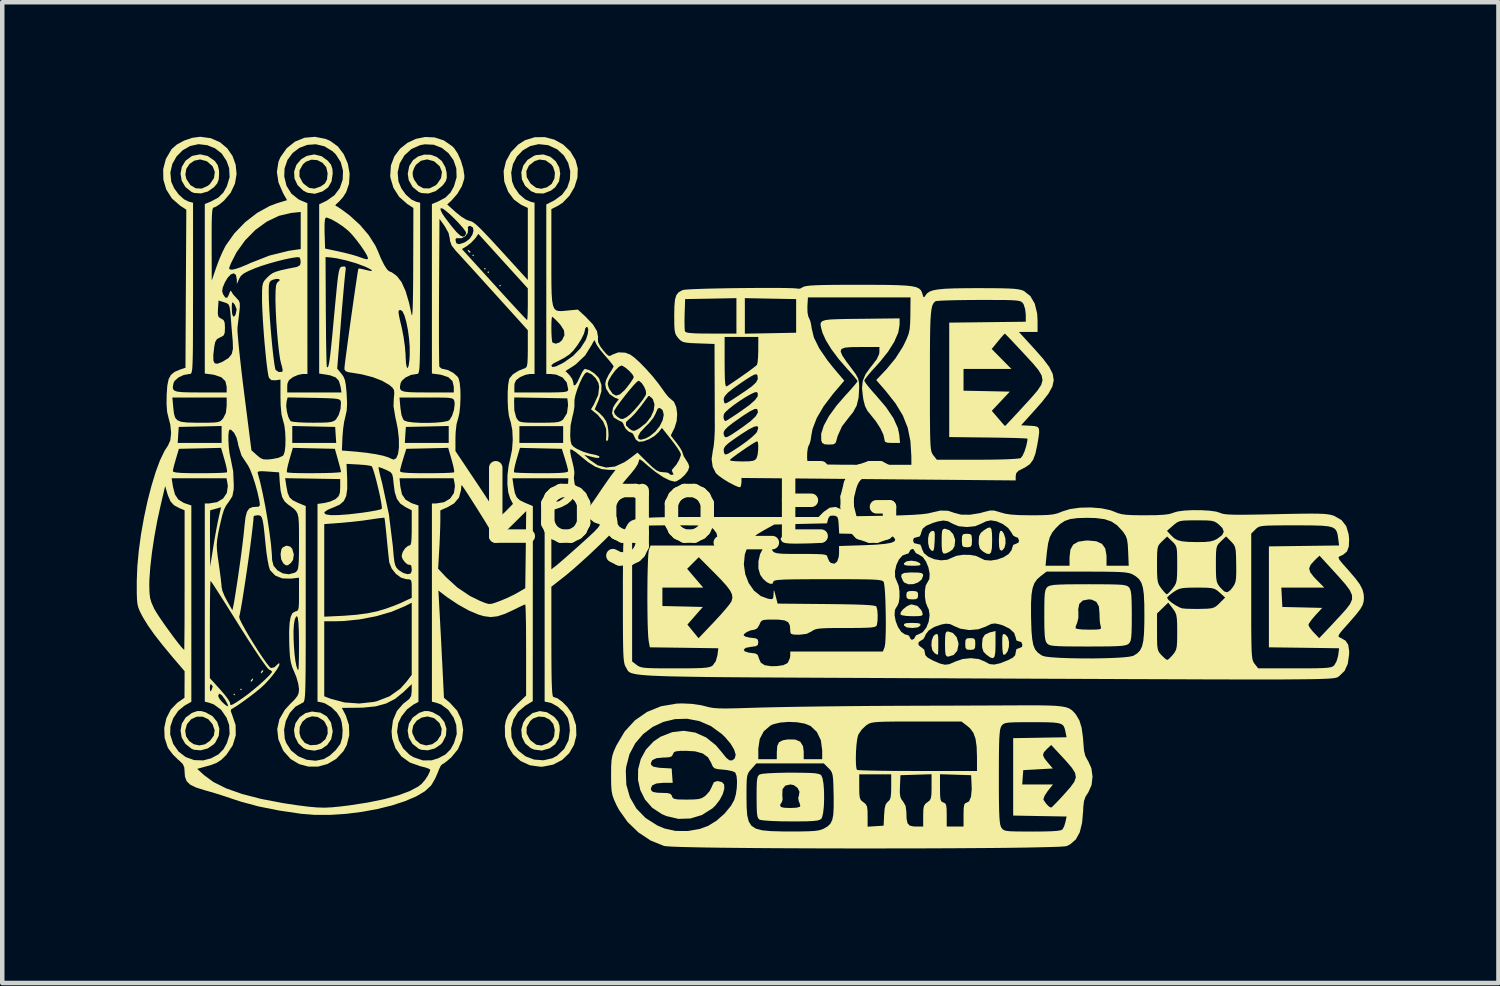
<source format=kicad_pcb>
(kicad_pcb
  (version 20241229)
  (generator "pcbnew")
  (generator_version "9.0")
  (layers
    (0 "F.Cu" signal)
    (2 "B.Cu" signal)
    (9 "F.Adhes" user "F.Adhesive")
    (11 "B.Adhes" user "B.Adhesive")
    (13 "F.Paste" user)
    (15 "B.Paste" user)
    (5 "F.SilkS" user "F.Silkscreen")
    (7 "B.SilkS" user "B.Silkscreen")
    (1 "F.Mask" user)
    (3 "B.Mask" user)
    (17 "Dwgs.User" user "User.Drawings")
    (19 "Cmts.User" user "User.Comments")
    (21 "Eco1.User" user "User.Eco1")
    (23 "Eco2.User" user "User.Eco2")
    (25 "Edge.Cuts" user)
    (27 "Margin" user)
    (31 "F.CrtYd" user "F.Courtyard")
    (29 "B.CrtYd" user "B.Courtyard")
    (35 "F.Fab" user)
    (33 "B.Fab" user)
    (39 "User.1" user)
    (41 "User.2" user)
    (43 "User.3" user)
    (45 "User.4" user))
  (footprint "Logo_EG"
    (layer "F.Cu")
    (at 12.36 8.216)
    (property "Reference" "Logo_EG" (at 0 0 0) (layer "F.SilkS") (effects (font (size 1.524 1.524) (thickness 0.3))))
    (attr board_only exclude_from_pos_files exclude_from_bom)
    (fp_poly (pts (xy -10.168 4.221) (xy -10.186 4.24) (xy -10.205 4.221) (xy -10.186 4.202)) (stroke (width 0) (type solid)) (fill yes) (layer "F.SilkS"))
    (fp_poly (pts (xy -10.017 4.108) (xy -10.036 4.127) (xy -10.055 4.108) (xy -10.036 4.09)) (stroke (width 0) (type solid)) (fill yes) (layer "F.SilkS"))
    (fp_poly (pts (xy -4.84 -5.571) (xy -4.859 -5.553) (xy -4.877 -5.571) (xy -4.859 -5.59)) (stroke (width 0) (type solid)) (fill yes) (layer "F.SilkS"))
    (fp_poly (pts (xy -4.577 -5.271) (xy -4.596 -5.253) (xy -4.615 -5.271) (xy -4.596 -5.29)) (stroke (width 0) (type solid)) (fill yes) (layer "F.SilkS"))
    (fp_poly (pts (xy -4.502 -5.196) (xy -4.521 -5.178) (xy -4.54 -5.196) (xy -4.521 -5.215)) (stroke (width 0) (type solid)) (fill yes) (layer "F.SilkS"))
    (fp_poly (pts (xy -4.24 -4.896) (xy -4.258 -4.877) (xy -4.277 -4.896) (xy -4.258 -4.915)) (stroke (width 0) (type solid)) (fill yes) (layer "F.SilkS"))
    (fp_poly (pts (xy -4.958 -5.688) (xy -4.918 -5.65) (xy -4.926 -5.628) (xy -4.931 -5.628) (xy -4.963 -5.654) (xy -4.975 -5.671) (xy -4.979 -5.697)) (stroke (width 0) (type solid)) (fill yes) (layer "F.SilkS"))
    (fp_poly (pts (xy -9.767 3.889) (xy -9.774 3.902) (xy -9.809 3.938) (xy -9.816 3.939) (xy -9.818 3.915) (xy -9.811 3.902) (xy -9.776 3.866) (xy -9.769 3.864)) (stroke (width 0) (type solid)) (fill yes) (layer "F.SilkS"))
    (fp_poly (pts (xy -9.541 3.701) (xy -9.548 3.714) (xy -9.584 3.75) (xy -9.59 3.752) (xy -9.593 3.728) (xy -9.586 3.714) (xy -9.551 3.678) (xy -9.544 3.677)) (stroke (width 0) (type solid)) (fill yes) (layer "F.SilkS"))
    (fp_poly (pts (xy 5.022 1.92) (xy 5.059 1.952) (xy 5.065 2.007) (xy 5.055 2.071) (xy 5.011 2.097) (xy 4.934 2.101) (xy 4.845 2.094) (xy 4.809 2.062) (xy 4.802 2.007) (xy 4.812 1.944) (xy 4.856 1.918) (xy 4.934 1.913)) (stroke (width 0) (type solid)) (fill yes) (layer "F.SilkS"))
    (fp_poly (pts (xy 6.304 2.971) (xy 6.335 3.008) (xy 6.341 3.095) (xy 6.334 3.183) (xy 6.303 3.22) (xy 6.228 3.227) (xy 6.152 3.219) (xy 6.121 3.182) (xy 6.116 3.095) (xy 6.122 3.007) (xy 6.154 2.971) (xy 6.228 2.964)) (stroke (width 0) (type solid)) (fill yes) (layer "F.SilkS"))
    (fp_poly (pts (xy 6.977 0.635) (xy 7.011 0.741) (xy 7.015 0.853) (xy 6.991 0.95) (xy 6.945 1.006) (xy 6.918 1.013) (xy 6.887 0.991) (xy 6.871 0.919) (xy 6.866 0.788) (xy 6.874 0.646) (xy 6.897 0.575) (xy 6.933 0.574)) (stroke (width 0) (type solid)) (fill yes) (layer "F.SilkS"))
    (fp_poly (pts (xy -8.938 0.923) (xy -8.893 0.973) (xy -8.857 1.101) (xy -8.876 1.222) (xy -8.923 1.289) (xy -8.991 1.341) (xy -9.041 1.339) (xy -9.096 1.292) (xy -9.139 1.208) (xy -9.153 1.095) (xy -9.136 0.991) (xy -9.109 0.945) (xy -9.024 0.903)) (stroke (width 0) (type solid)) (fill yes) (layer "F.SilkS"))
    (fp_poly (pts (xy 5.023 1.253) (xy 5.098 1.289) (xy 5.103 1.294) (xy 5.12 1.326) (xy 5.095 1.343) (xy 5.016 1.35) (xy 4.939 1.351) (xy 4.819 1.347) (xy 4.76 1.334) (xy 4.748 1.306) (xy 4.751 1.294) (xy 4.807 1.252) (xy 4.914 1.238)) (stroke (width 0) (type solid)) (fill yes) (layer "F.SilkS"))
    (fp_poly (pts (xy 5.052 2.63) (xy 5.109 2.644) (xy 5.119 2.673) (xy 5.116 2.683) (xy 5.062 2.724) (xy 4.94 2.739) (xy 4.934 2.739) (xy 4.809 2.725) (xy 4.752 2.685) (xy 4.751 2.683) (xy 4.752 2.65) (xy 4.796 2.632) (xy 4.897 2.626) (xy 4.934 2.626)) (stroke (width 0) (type solid)) (fill yes) (layer "F.SilkS"))
    (fp_poly (pts (xy 6.791 3.11) (xy 6.787 3.277) (xy 6.77 3.376) (xy 6.735 3.413) (xy 6.676 3.397) (xy 6.59 3.336) (xy 6.522 3.266) (xy 6.494 3.176) (xy 6.491 3.097) (xy 6.504 2.967) (xy 6.555 2.888) (xy 6.657 2.84) (xy 6.688 2.832) (xy 6.791 2.806)) (stroke (width 0) (type solid)) (fill yes) (layer "F.SilkS"))
    (fp_poly (pts (xy 7.005 2.883) (xy 7.016 2.889) (xy 7.069 2.951) (xy 7.092 3.05) (xy 7.089 3.161) (xy 7.061 3.261) (xy 7.011 3.326) (xy 6.971 3.339) (xy 6.956 3.305) (xy 6.945 3.215) (xy 6.941 3.094) (xy 6.942 2.964) (xy 6.95 2.894) (xy 6.969 2.872)) (stroke (width 0) (type solid)) (fill yes) (layer "F.SilkS"))
    (fp_poly (pts (xy 5.066 1.503) (xy 5.14 1.514) (xy 5.172 1.538) (xy 5.178 1.57) (xy 5.145 1.657) (xy 5.064 1.723) (xy 4.957 1.761) (xy 4.847 1.764) (xy 4.759 1.727) (xy 4.729 1.691) (xy 4.689 1.598) (xy 4.696 1.541) (xy 4.759 1.511) (xy 4.885 1.501) (xy 4.934 1.501)) (stroke (width 0) (type solid)) (fill yes) (layer "F.SilkS"))
    (fp_poly (pts (xy 5.427 0.587) (xy 5.437 0.646) (xy 5.435 0.761) (xy 5.433 0.819) (xy 5.424 0.943) (xy 5.411 1.006) (xy 5.388 1.021) (xy 5.356 1.009) (xy 5.312 0.949) (xy 5.289 0.849) (xy 5.288 0.737) (xy 5.308 0.64) (xy 5.35 0.586) (xy 5.352 0.585) (xy 5.4 0.571)) (stroke (width 0) (type solid)) (fill yes) (layer "F.SilkS"))
    (fp_poly (pts (xy 5.503 2.885) (xy 5.513 2.943) (xy 5.515 3.058) (xy 5.515 3.094) (xy 5.514 3.218) (xy 5.51 3.306) (xy 5.506 3.338) (xy 5.47 3.321) (xy 5.431 3.299) (xy 5.381 3.232) (xy 5.361 3.126) (xy 5.37 3.013) (xy 5.406 2.921) (xy 5.44 2.889) (xy 5.48 2.872)) (stroke (width 0) (type solid)) (fill yes) (layer "F.SilkS"))
    (fp_poly (pts (xy 5.05 2.247) (xy 5.137 2.341) (xy 5.158 2.392) (xy 5.167 2.437) (xy 5.15 2.462) (xy 5.093 2.473) (xy 4.98 2.476) (xy 4.938 2.476) (xy 4.81 2.471) (xy 4.713 2.457) (xy 4.671 2.439) (xy 4.678 2.387) (xy 4.73 2.321) (xy 4.808 2.258) (xy 4.89 2.219) (xy 4.925 2.214)) (stroke (width 0) (type solid)) (fill yes) (layer "F.SilkS"))
    (fp_poly (pts (xy 6.225 0.644) (xy 6.257 0.676) (xy 6.265 0.756) (xy 6.266 0.788) (xy 6.261 0.884) (xy 6.237 0.927) (xy 6.177 0.938) (xy 6.153 0.938) (xy 6.081 0.932) (xy 6.049 0.9) (xy 6.041 0.82) (xy 6.04 0.788) (xy 6.045 0.692) (xy 6.069 0.649) (xy 6.129 0.638) (xy 6.153 0.638)) (stroke (width 0) (type solid)) (fill yes) (layer "F.SilkS"))
    (fp_poly (pts (xy 6.699 0.533) (xy 6.713 0.63) (xy 6.716 0.788) (xy 6.711 0.955) (xy 6.691 1.054) (xy 6.65 1.092) (xy 6.582 1.076) (xy 6.5 1.025) (xy 6.442 0.964) (xy 6.418 0.871) (xy 6.416 0.805) (xy 6.425 0.691) (xy 6.463 0.618) (xy 6.525 0.565) (xy 6.612 0.509) (xy 6.668 0.496)) (stroke (width 0) (type solid)) (fill yes) (layer "F.SilkS"))
    (fp_poly (pts (xy 5.766 0.559) (xy 5.847 0.646) (xy 5.888 0.763) (xy 5.89 0.797) (xy 5.877 0.917) (xy 5.829 0.994) (xy 5.752 1.045) (xy 5.675 1.079) (xy 5.627 1.076) (xy 5.601 1.025) (xy 5.591 0.916) (xy 5.59 0.807) (xy 5.592 0.663) (xy 5.6 0.578) (xy 5.619 0.538) (xy 5.652 0.526) (xy 5.665 0.525)) (stroke (width 0) (type solid)) (fill yes) (layer "F.SilkS"))
    (fp_poly (pts (xy 5.731 2.815) (xy 5.842 2.851) (xy 5.925 2.944) (xy 5.964 3.075) (xy 5.965 3.109) (xy 5.937 3.247) (xy 5.858 3.34) (xy 5.74 3.377) (xy 5.732 3.377) (xy 5.698 3.368) (xy 5.677 3.33) (xy 5.668 3.249) (xy 5.665 3.109) (xy 5.665 3.095) (xy 5.667 2.95) (xy 5.676 2.865) (xy 5.696 2.825) (xy 5.729 2.815)) (stroke (width 0) (type solid)) (fill yes) (layer "F.SilkS"))
    (fp_poly (pts (xy 2.717 0.676) (xy 2.853 0.678) (xy 2.937 0.685) (xy 2.981 0.698) (xy 2.997 0.72) (xy 2.996 0.752) (xy 2.995 0.76) (xy 2.986 0.795) (xy 2.964 0.82) (xy 2.916 0.835) (xy 2.829 0.845) (xy 2.689 0.851) (xy 2.529 0.855) (xy 2.327 0.858) (xy 2.188 0.854) (xy 2.099 0.844) (xy 2.047 0.826) (xy 2.028 0.809) (xy 1.998 0.759) (xy 2.008 0.723) (xy 2.066 0.698) (xy 2.178 0.683) (xy 2.353 0.677) (xy 2.519 0.675)) (stroke (width 0) (type solid)) (fill yes) (layer "F.SilkS"))
    (fp_poly (pts (xy -8.265 4.627) (xy -8.121 4.711) (xy -8.028 4.847) (xy -7.992 5.032) (xy -7.991 5.055) (xy -8.024 5.219) (xy -8.113 5.349) (xy -8.242 5.437) (xy -8.396 5.474) (xy -8.561 5.452) (xy -8.638 5.419) (xy -8.755 5.315) (xy -8.831 5.165) (xy -8.844 5.082) (xy -8.732 5.082) (xy -8.7 5.191) (xy -8.614 5.301) (xy -8.49 5.353) (xy -8.344 5.344) (xy -8.257 5.31) (xy -8.153 5.219) (xy -8.102 5.095) (xy -8.107 4.958) (xy -8.17 4.832) (xy -8.199 4.801) (xy -8.325 4.723) (xy -8.453 4.709) (xy -8.571 4.748) (xy -8.666 4.829) (xy -8.724 4.944) (xy -8.732 5.082) (xy -8.844 5.082) (xy -8.854 5.01) (xy -8.82 4.86) (xy -8.729 4.73) (xy -8.599 4.638) (xy -8.453 4.602)) (stroke (width 0) (type solid)) (fill yes) (layer "F.SilkS"))
    (fp_poly (pts (xy -3.14 -7.772) (xy -3.018 -7.671) (xy -2.938 -7.529) (xy -2.916 -7.392) (xy -2.943 -7.22) (xy -3.029 -7.088) (xy -3.126 -7.014) (xy -3.292 -6.951) (xy -3.458 -6.957) (xy -3.569 -7.004) (xy -3.7 -7.123) (xy -3.771 -7.267) (xy -3.784 -7.422) (xy -3.776 -7.45) (xy -3.673 -7.45) (xy -3.663 -7.314) (xy -3.584 -7.181) (xy -3.567 -7.163) (xy -3.454 -7.078) (xy -3.339 -7.057) (xy -3.213 -7.089) (xy -3.107 -7.165) (xy -3.046 -7.282) (xy -3.034 -7.416) (xy -3.076 -7.546) (xy -3.115 -7.599) (xy -3.242 -7.69) (xy -3.38 -7.708) (xy -3.488 -7.673) (xy -3.614 -7.574) (xy -3.673 -7.45) (xy -3.776 -7.45) (xy -3.741 -7.572) (xy -3.645 -7.701) (xy -3.498 -7.793) (xy -3.454 -7.807) (xy -3.291 -7.821)) (stroke (width 0) (type solid)) (fill yes) (layer "F.SilkS"))
    (fp_poly (pts (xy -10.921 4.592) (xy -10.825 4.619) (xy -10.669 4.707) (xy -10.566 4.834) (xy -10.518 4.984) (xy -10.531 5.142) (xy -10.607 5.292) (xy -10.647 5.336) (xy -10.778 5.425) (xy -10.933 5.467) (xy -11.083 5.455) (xy -11.139 5.432) (xy -11.277 5.322) (xy -11.358 5.182) (xy -11.384 5.026) (xy -11.384 5.026) (xy -11.28 5.026) (xy -11.26 5.155) (xy -11.191 5.26) (xy -11.089 5.331) (xy -10.966 5.358) (xy -10.837 5.332) (xy -10.727 5.255) (xy -10.641 5.138) (xy -10.623 5.019) (xy -10.671 4.883) (xy -10.765 4.773) (xy -10.888 4.717) (xy -11.022 4.717) (xy -11.146 4.773) (xy -11.24 4.883) (xy -11.24 4.883) (xy -11.28 5.026) (xy -11.384 5.026) (xy -11.355 4.872) (xy -11.271 4.737) (xy -11.134 4.636) (xy -11.112 4.626) (xy -11.009 4.591)) (stroke (width 0) (type solid)) (fill yes) (layer "F.SilkS"))
    (fp_poly (pts (xy -8.238 -7.782) (xy -8.102 -7.683) (xy -8.029 -7.594) (xy -7.997 -7.499) (xy -7.991 -7.397) (xy -8.016 -7.218) (xy -8.094 -7.086) (xy -8.217 -6.997) (xy -8.388 -6.945) (xy -8.555 -6.968) (xy -8.645 -7.014) (xy -8.775 -7.138) (xy -8.843 -7.286) (xy -8.845 -7.329) (xy -8.732 -7.329) (xy -8.661 -7.195) (xy -8.632 -7.163) (xy -8.516 -7.077) (xy -8.398 -7.059) (xy -8.259 -7.107) (xy -8.257 -7.108) (xy -8.164 -7.174) (xy -8.117 -7.263) (xy -8.104 -7.4) (xy -8.104 -7.406) (xy -8.136 -7.539) (xy -8.219 -7.637) (xy -8.334 -7.695) (xy -8.463 -7.705) (xy -8.587 -7.66) (xy -8.653 -7.603) (xy -8.73 -7.467) (xy -8.732 -7.329) (xy -8.845 -7.329) (xy -8.851 -7.442) (xy -8.799 -7.591) (xy -8.691 -7.717) (xy -8.569 -7.789) (xy -8.401 -7.822)) (stroke (width 0) (type solid)) (fill yes) (layer "F.SilkS"))
    (fp_poly (pts (xy -5.856 4.592) (xy -5.76 4.619) (xy -5.604 4.707) (xy -5.501 4.834) (xy -5.453 4.984) (xy -5.466 5.142) (xy -5.542 5.292) (xy -5.582 5.336) (xy -5.713 5.425) (xy -5.868 5.467) (xy -6.018 5.455) (xy -6.074 5.432) (xy -6.212 5.322) (xy -6.293 5.182) (xy -6.317 5.04) (xy -6.219 5.04) (xy -6.211 5.091) (xy -6.144 5.233) (xy -6.037 5.324) (xy -5.907 5.358) (xy -5.771 5.331) (xy -5.662 5.255) (xy -5.576 5.125) (xy -5.559 4.988) (xy -5.608 4.86) (xy -5.72 4.757) (xy -5.741 4.746) (xy -5.875 4.712) (xy -6.006 4.737) (xy -6.118 4.807) (xy -6.194 4.913) (xy -6.219 5.04) (xy -6.317 5.04) (xy -6.319 5.026) (xy -6.29 4.872) (xy -6.206 4.737) (xy -6.069 4.636) (xy -6.047 4.626) (xy -5.944 4.591)) (stroke (width 0) (type solid)) (fill yes) (layer "F.SilkS"))
    (fp_poly (pts (xy -10.779 -7.787) (xy -10.629 -7.684) (xy -10.615 -7.67) (xy -10.554 -7.583) (xy -10.527 -7.475) (xy -10.524 -7.389) (xy -10.532 -7.263) (xy -10.567 -7.174) (xy -10.64 -7.089) (xy -10.776 -6.995) (xy -10.932 -6.952) (xy -11.084 -6.964) (xy -11.139 -6.986) (xy -11.276 -7.096) (xy -11.358 -7.236) (xy -11.38 -7.371) (xy -11.276 -7.371) (xy -11.253 -7.272) (xy -11.165 -7.139) (xy -11.046 -7.067) (xy -10.912 -7.06) (xy -10.777 -7.121) (xy -10.727 -7.163) (xy -10.638 -7.295) (xy -10.619 -7.431) (xy -10.669 -7.558) (xy -10.786 -7.662) (xy -10.809 -7.674) (xy -10.946 -7.71) (xy -11.075 -7.684) (xy -11.183 -7.61) (xy -11.255 -7.501) (xy -11.276 -7.371) (xy -11.38 -7.371) (xy -11.384 -7.392) (xy -11.355 -7.545) (xy -11.273 -7.681) (xy -11.137 -7.782) (xy -11.114 -7.792) (xy -10.946 -7.824)) (stroke (width 0) (type solid)) (fill yes) (layer "F.SilkS"))
    (fp_poly (pts (xy -5.807 -7.815) (xy -5.672 -7.767) (xy -5.557 -7.675) (xy -5.478 -7.536) (xy -5.45 -7.416) (xy -5.445 -7.308) (xy -5.466 -7.229) (xy -5.527 -7.145) (xy -5.558 -7.112) (xy -5.697 -7.003) (xy -5.855 -6.951) (xy -6.01 -6.96) (xy -6.074 -6.986) (xy -6.21 -7.098) (xy -6.295 -7.249) (xy -6.317 -7.392) (xy -6.311 -7.42) (xy -6.208 -7.42) (xy -6.202 -7.337) (xy -6.174 -7.259) (xy -6.087 -7.133) (xy -5.969 -7.067) (xy -5.835 -7.064) (xy -5.702 -7.128) (xy -5.662 -7.163) (xy -5.573 -7.295) (xy -5.554 -7.431) (xy -5.604 -7.558) (xy -5.721 -7.662) (xy -5.744 -7.674) (xy -5.887 -7.711) (xy -6.023 -7.681) (xy -6.133 -7.592) (xy -6.176 -7.518) (xy -6.208 -7.42) (xy -6.311 -7.42) (xy -6.283 -7.564) (xy -6.201 -7.692) (xy -6.086 -7.777) (xy -5.95 -7.818)) (stroke (width 0) (type solid)) (fill yes) (layer "F.SilkS"))
    (fp_poly (pts (xy -3.213 4.618) (xy -3.059 4.715) (xy -3.037 4.735) (xy -2.964 4.824) (xy -2.932 4.919) (xy -2.926 5.022) (xy -2.951 5.201) (xy -3.03 5.333) (xy -3.152 5.422) (xy -3.326 5.472) (xy -3.501 5.45) (xy -3.573 5.419) (xy -3.698 5.313) (xy -3.77 5.17) (xy -3.777 5.09) (xy -3.667 5.09) (xy -3.596 5.224) (xy -3.567 5.255) (xy -3.451 5.342) (xy -3.333 5.36) (xy -3.194 5.311) (xy -3.192 5.31) (xy -3.099 5.245) (xy -3.052 5.155) (xy -3.039 5.019) (xy -3.039 5.012) (xy -3.071 4.88) (xy -3.154 4.781) (xy -3.269 4.724) (xy -3.398 4.714) (xy -3.522 4.758) (xy -3.588 4.816) (xy -3.665 4.952) (xy -3.667 5.09) (xy -3.777 5.09) (xy -3.785 5.009) (xy -3.742 4.85) (xy -3.677 4.752) (xy -3.534 4.637) (xy -3.375 4.592)) (stroke (width 0) (type solid)) (fill yes) (layer "F.SilkS"))
    (fp_poly (pts (xy 2.465 5.967) (xy 2.638 5.971) (xy 2.759 5.978) (xy 2.838 5.991) (xy 2.886 6.009) (xy 2.905 6.024) (xy 2.934 6.092) (xy 2.955 6.215) (xy 2.967 6.373) (xy 2.969 6.547) (xy 2.963 6.716) (xy 2.947 6.861) (xy 2.923 6.963) (xy 2.905 6.995) (xy 2.871 7.017) (xy 2.814 7.033) (xy 2.722 7.043) (xy 2.585 7.05) (xy 2.391 7.052) (xy 2.22 7.052) (xy 1.998 7.05) (xy 1.804 7.043) (xy 1.652 7.033) (xy 1.555 7.021) (xy 1.529 7.013) (xy 1.501 6.988) (xy 1.482 6.942) (xy 1.471 6.863) (xy 1.465 6.738) (xy 1.465 6.699) (xy 1.988 6.699) (xy 2.008 6.731) (xy 2.075 6.748) (xy 2.203 6.753) (xy 2.214 6.753) (xy 2.354 6.747) (xy 2.426 6.727) (xy 2.438 6.706) (xy 2.419 6.635) (xy 2.403 6.605) (xy 2.391 6.522) (xy 2.406 6.481) (xy 2.419 6.39) (xy 2.375 6.303) (xy 2.291 6.243) (xy 2.217 6.228) (xy 2.103 6.254) (xy 2.042 6.332) (xy 2.036 6.461) (xy 2.037 6.472) (xy 2.043 6.564) (xy 2.027 6.62) (xy 2.024 6.624) (xy 1.991 6.676) (xy 1.988 6.699) (xy 1.465 6.699) (xy 1.463 6.553) (xy 1.463 6.509) (xy 1.464 6.313) (xy 1.468 6.179) (xy 1.478 6.093) (xy 1.494 6.042) (xy 1.52 6.014) (xy 1.536 6.004) (xy 1.599 5.99) (xy 1.724 5.979) (xy 1.899 5.971) (xy 2.111 5.966) (xy 2.227 5.965)) (stroke (width 0) (type solid)) (fill yes) (layer "F.SilkS"))
    (fp_poly (pts (xy 9.136 1.764) (xy 9.346 1.766) (xy 9.5 1.77) (xy 9.609 1.776) (xy 9.681 1.787) (xy 9.728 1.802) (xy 9.757 1.822) (xy 9.768 1.832) (xy 9.792 1.87) (xy 9.81 1.93) (xy 9.821 2.023) (xy 9.827 2.162) (xy 9.83 2.359) (xy 9.83 2.464) (xy 9.829 2.685) (xy 9.825 2.843) (xy 9.817 2.95) (xy 9.804 3.02) (xy 9.784 3.064) (xy 9.761 3.089) (xy 9.73 3.11) (xy 9.682 3.125) (xy 9.608 3.137) (xy 9.497 3.144) (xy 9.339 3.149) (xy 9.127 3.151) (xy 8.848 3.152) (xy 8.848 3.152) (xy 8.573 3.151) (xy 8.363 3.149) (xy 8.209 3.145) (xy 8.1 3.138) (xy 8.027 3.128) (xy 7.981 3.113) (xy 7.951 3.093) (xy 7.941 3.083) (xy 7.916 3.045) (xy 7.899 2.985) (xy 7.888 2.892) (xy 7.882 2.753) (xy 7.881 2.748) (xy 8.578 2.748) (xy 8.622 2.761) (xy 8.72 2.772) (xy 8.854 2.776) (xy 8.88 2.776) (xy 9.023 2.775) (xy 9.105 2.769) (xy 9.141 2.753) (xy 9.144 2.723) (xy 9.134 2.692) (xy 9.118 2.604) (xy 9.111 2.48) (xy 9.111 2.423) (xy 9.097 2.26) (xy 9.04 2.156) (xy 8.937 2.107) (xy 8.87 2.101) (xy 8.737 2.126) (xy 8.659 2.201) (xy 8.635 2.329) (xy 8.639 2.384) (xy 8.639 2.514) (xy 8.613 2.621) (xy 8.609 2.63) (xy 8.579 2.706) (xy 8.578 2.748) (xy 7.881 2.748) (xy 7.879 2.556) (xy 7.879 2.451) (xy 7.88 2.23) (xy 7.883 2.072) (xy 7.891 1.965) (xy 7.905 1.895) (xy 7.925 1.851) (xy 7.947 1.825) (xy 7.978 1.805) (xy 8.026 1.79) (xy 8.101 1.778) (xy 8.212 1.771) (xy 8.369 1.766) (xy 8.582 1.764) (xy 8.86 1.763) (xy 8.861 1.763)) (stroke (width 0) (type solid)) (fill yes) (layer "F.SilkS"))
    (fp_poly (pts (xy 4.652 -4.021) (xy 4.622 -3.848) (xy 4.533 -3.644) (xy 4.394 -3.422) (xy 4.208 -3.19) (xy 4.143 -3.118) (xy 4.029 -2.993) (xy 3.938 -2.886) (xy 3.88 -2.808) (xy 3.864 -2.777) (xy 3.889 -2.731) (xy 3.954 -2.646) (xy 4.049 -2.534) (xy 4.118 -2.458) (xy 4.35 -2.185) (xy 4.515 -1.939) (xy 4.614 -1.719) (xy 4.644 -1.574) (xy 4.662 -1.388) (xy 4.488 -1.388) (xy 4.381 -1.393) (xy 4.33 -1.412) (xy 4.315 -1.454) (xy 4.315 -1.465) (xy 4.29 -1.575) (xy 4.222 -1.717) (xy 4.124 -1.87) (xy 4.018 -2.002) (xy 3.933 -2.107) (xy 3.881 -2.211) (xy 3.846 -2.348) (xy 3.836 -2.41) (xy 3.814 -2.612) (xy 3.831 -2.774) (xy 3.892 -2.92) (xy 4.006 -3.078) (xy 4.033 -3.11) (xy 4.144 -3.257) (xy 4.196 -3.372) (xy 4.202 -3.417) (xy 4.202 -3.527) (xy 3.771 -3.527) (xy 3.569 -3.525) (xy 3.431 -3.513) (xy 3.354 -3.483) (xy 3.337 -3.428) (xy 3.374 -3.337) (xy 3.464 -3.204) (xy 3.592 -3.034) (xy 3.679 -2.914) (xy 3.727 -2.823) (xy 3.747 -2.731) (xy 3.751 -2.623) (xy 3.738 -2.398) (xy 3.695 -2.222) (xy 3.615 -2.073) (xy 3.53 -1.969) (xy 3.367 -1.757) (xy 3.269 -1.539) (xy 3.247 -1.454) (xy 3.224 -1.387) (xy 3.175 -1.357) (xy 3.078 -1.351) (xy 3.077 -1.351) (xy 2.977 -1.358) (xy 2.927 -1.388) (xy 2.905 -1.442) (xy 2.903 -1.592) (xy 2.962 -1.775) (xy 3.077 -1.987) (xy 3.246 -2.22) (xy 3.44 -2.444) (xy 3.552 -2.566) (xy 3.642 -2.67) (xy 3.699 -2.741) (xy 3.714 -2.766) (xy 3.69 -2.805) (xy 3.626 -2.883) (xy 3.533 -2.988) (xy 3.486 -3.039) (xy 3.294 -3.259) (xy 3.132 -3.476) (xy 3.009 -3.675) (xy 2.933 -3.843) (xy 2.925 -3.871) (xy 2.902 -3.956) (xy 2.889 -4.021) (xy 2.895 -4.07) (xy 2.928 -4.104) (xy 2.996 -4.127) (xy 3.106 -4.141) (xy 3.267 -4.148) (xy 3.487 -4.153) (xy 3.773 -4.156) (xy 3.78 -4.156) (xy 4.652 -4.166)) (stroke (width 0) (type solid)) (fill yes) (layer "F.SilkS"))
    (fp_poly (pts (xy 4.101 -4.914) (xy 4.39 -4.912) (xy 4.62 -4.906) (xy 4.797 -4.897) (xy 4.928 -4.882) (xy 5.022 -4.861) (xy 5.085 -4.832) (xy 5.125 -4.795) (xy 5.15 -4.748) (xy 5.163 -4.703) (xy 5.185 -4.639) (xy 5.206 -4.642) (xy 5.224 -4.67) (xy 5.261 -4.72) (xy 5.315 -4.76) (xy 5.394 -4.79) (xy 5.507 -4.811) (xy 5.663 -4.826) (xy 5.87 -4.835) (xy 6.136 -4.839) (xy 6.405 -4.84) (xy 6.694 -4.839) (xy 6.918 -4.837) (xy 7.088 -4.832) (xy 7.213 -4.825) (xy 7.303 -4.813) (xy 7.37 -4.798) (xy 7.422 -4.778) (xy 7.429 -4.774) (xy 7.568 -4.663) (xy 7.666 -4.495) (xy 7.72 -4.276) (xy 7.729 -4.119) (xy 7.729 -3.864) (xy 7.312 -3.864) (xy 7.665 -3.478) (xy 7.855 -3.262) (xy 7.989 -3.083) (xy 8.067 -2.928) (xy 8.09 -2.786) (xy 8.058 -2.643) (xy 7.971 -2.486) (xy 7.829 -2.304) (xy 7.695 -2.151) (xy 7.362 -1.782) (xy 7.564 -1.771) (xy 7.664 -1.764) (xy 7.728 -1.746) (xy 7.759 -1.706) (xy 7.765 -1.628) (xy 7.749 -1.501) (xy 7.724 -1.354) (xy 7.682 -1.153) (xy 7.629 -1.012) (xy 7.556 -0.914) (xy 7.454 -0.843) (xy 7.407 -0.82) (xy 7.302 -0.766) (xy 7.253 -0.713) (xy 7.241 -0.649) (xy 7.241 -0.552) (xy 4.183 -0.579) (xy 1.126 -0.607) (xy 1.126 -0.512) (xy 1.115 -0.434) (xy 1.097 -0.399) (xy 1.052 -0.407) (xy 0.962 -0.446) (xy 0.846 -0.507) (xy 0.843 -0.508) (xy 0.718 -0.585) (xy 0.613 -0.661) (xy 0.555 -0.714) (xy 0.484 -0.855) (xy 0.463 -1.004) (xy 0.864 -1.004) (xy 0.898 -0.99) (xy 0.989 -0.98) (xy 1.118 -0.976) (xy 1.143 -0.975) (xy 1.291 -0.978) (xy 1.383 -0.989) (xy 1.434 -1.013) (xy 1.462 -1.048) (xy 1.467 -1.065) (xy 2.589 -1.065) (xy 2.597 -0.97) (xy 2.614 -0.925) (xy 2.656 -0.919) (xy 2.764 -0.914) (xy 2.929 -0.909) (xy 3.14 -0.905) (xy 3.388 -0.902) (xy 3.665 -0.901) (xy 3.777 -0.9) (xy 4.915 -0.9) (xy 4.914 -1.097) (xy 4.893 -1.432) (xy 4.833 -1.727) (xy 4.724 -2.001) (xy 4.561 -2.27) (xy 4.345 -2.544) (xy 4.137 -2.784) (xy 5.328 -2.784) (xy 5.328 -2.399) (xy 5.328 -2.082) (xy 5.33 -1.826) (xy 5.332 -1.623) (xy 5.336 -1.467) (xy 5.341 -1.351) (xy 5.349 -1.266) (xy 5.359 -1.207) (xy 5.372 -1.166) (xy 5.388 -1.136) (xy 5.405 -1.112) (xy 5.483 -1.013) (xy 6.383 -1.013) (xy 6.659 -1.015) (xy 6.902 -1.019) (xy 7.102 -1.026) (xy 7.25 -1.035) (xy 7.337 -1.045) (xy 7.353 -1.05) (xy 7.394 -1.102) (xy 7.439 -1.202) (xy 7.477 -1.323) (xy 7.501 -1.438) (xy 7.504 -1.483) (xy 7.468 -1.488) (xy 7.368 -1.493) (xy 7.213 -1.499) (xy 7.015 -1.503) (xy 6.783 -1.507) (xy 6.631 -1.509) (xy 5.759 -1.519) (xy 5.759 -2.553) (xy 6.078 -2.553) (xy 6.594 -2.543) (xy 7.11 -2.532) (xy 6.909 -2.318) (xy 6.708 -2.104) (xy 6.853 -1.935) (xy 6.93 -1.845) (xy 6.985 -1.783) (xy 7.003 -1.765) (xy 7.029 -1.79) (xy 7.097 -1.862) (xy 7.199 -1.971) (xy 7.326 -2.108) (xy 7.425 -2.216) (xy 7.602 -2.41) (xy 7.731 -2.561) (xy 7.81 -2.682) (xy 7.84 -2.788) (xy 7.82 -2.892) (xy 7.752 -3.009) (xy 7.635 -3.151) (xy 7.468 -3.332) (xy 7.426 -3.378) (xy 7.286 -3.528) (xy 7.165 -3.657) (xy 7.071 -3.756) (xy 7.013 -3.814) (xy 6.999 -3.827) (xy 6.971 -3.8) (xy 6.91 -3.731) (xy 6.847 -3.655) (xy 6.706 -3.483) (xy 7.145 -3.039) (xy 6.078 -3.039) (xy 6.078 -2.553) (xy 5.759 -2.553) (xy 5.759 -4.071) (xy 7.466 -4.091) (xy 7.466 -4.251) (xy 7.452 -4.373) (xy 7.419 -4.476) (xy 7.408 -4.494) (xy 7.388 -4.52) (xy 7.362 -4.54) (xy 7.322 -4.554) (xy 7.258 -4.564) (xy 7.16 -4.571) (xy 7.02 -4.575) (xy 6.828 -4.576) (xy 6.575 -4.577) (xy 6.423 -4.577) (xy 6.165 -4.575) (xy 5.932 -4.572) (xy 5.733 -4.567) (xy 5.581 -4.561) (xy 5.484 -4.554) (xy 5.455 -4.549) (xy 5.425 -4.524) (xy 5.4 -4.491) (xy 5.379 -4.442) (xy 5.363 -4.37) (xy 5.351 -4.269) (xy 5.341 -4.132) (xy 5.335 -3.952) (xy 5.331 -3.723) (xy 5.329 -3.437) (xy 5.328 -3.087) (xy 5.328 -2.784) (xy 4.137 -2.784) (xy 4.132 -2.791) (xy 4.37 -3.043) (xy 4.561 -3.276) (xy 4.719 -3.524) (xy 4.748 -3.579) (xy 4.812 -3.713) (xy 4.853 -3.819) (xy 4.876 -3.922) (xy 4.887 -4.047) (xy 4.892 -4.218) (xy 4.892 -4.248) (xy 4.896 -4.634) (xy 2.608 -4.634) (xy 2.596 -4.434) (xy 2.598 -4.3) (xy 2.617 -4.204) (xy 2.63 -4.179) (xy 2.66 -4.11) (xy 2.684 -4.001) (xy 2.69 -3.95) (xy 2.741 -3.739) (xy 2.86 -3.497) (xy 3.047 -3.224) (xy 3.173 -3.067) (xy 3.418 -2.776) (xy 3.171 -2.486) (xy 2.959 -2.207) (xy 2.804 -1.943) (xy 2.711 -1.7) (xy 2.685 -1.561) (xy 2.667 -1.445) (xy 2.642 -1.36) (xy 2.628 -1.338) (xy 2.606 -1.279) (xy 2.592 -1.178) (xy 2.589 -1.065) (xy 1.467 -1.065) (xy 1.484 -1.119) (xy 1.497 -1.218) (xy 1.5 -1.32) (xy 1.493 -1.398) (xy 1.477 -1.426) (xy 1.433 -1.406) (xy 1.347 -1.354) (xy 1.236 -1.281) (xy 1.116 -1.198) (xy 1.003 -1.118) (xy 0.915 -1.052) (xy 0.868 -1.01) (xy 0.864 -1.004) (xy 0.463 -1.004) (xy 0.46 -1.029) (xy 0.486 -1.208) (xy 0.73 -1.208) (xy 0.738 -1.168) (xy 0.752 -1.138) (xy 0.779 -1.13) (xy 0.832 -1.15) (xy 0.92 -1.203) (xy 1.057 -1.292) (xy 1.094 -1.317) (xy 1.237 -1.419) (xy 1.358 -1.516) (xy 1.442 -1.596) (xy 1.472 -1.635) (xy 1.5 -1.723) (xy 1.481 -1.762) (xy 1.413 -1.752) (xy 1.294 -1.693) (xy 1.121 -1.584) (xy 1.097 -1.567) (xy 0.934 -1.455) (xy 0.825 -1.374) (xy 0.761 -1.312) (xy 0.732 -1.26) (xy 0.73 -1.208) (xy 0.486 -1.208) (xy 0.486 -1.211) (xy 0.506 -1.314) (xy 0.521 -1.468) (xy 0.529 -1.628) (xy 0.728 -1.628) (xy 0.73 -1.578) (xy 0.736 -1.558) (xy 0.752 -1.526) (xy 0.777 -1.514) (xy 0.821 -1.526) (xy 0.895 -1.568) (xy 1.01 -1.644) (xy 1.151 -1.741) (xy 1.331 -1.875) (xy 1.444 -1.983) (xy 1.493 -2.069) (xy 1.48 -2.135) (xy 1.47 -2.147) (xy 1.421 -2.145) (xy 1.32 -2.096) (xy 1.164 -1.997) (xy 1.101 -1.953) (xy 0.934 -1.835) (xy 0.822 -1.747) (xy 0.756 -1.681) (xy 0.728 -1.628) (xy 0.529 -1.628) (xy 0.53 -1.648) (xy 0.531 -1.761) (xy 0.53 -1.932) (xy 0.53 -1.947) (xy 0.724 -1.947) (xy 0.747 -1.888) (xy 0.772 -1.876) (xy 0.808 -1.896) (xy 0.892 -1.949) (xy 1.012 -2.028) (xy 1.124 -2.104) (xy 1.309 -2.238) (xy 1.429 -2.345) (xy 1.488 -2.429) (xy 1.489 -2.495) (xy 1.471 -2.521) (xy 1.425 -2.518) (xy 1.337 -2.478) (xy 1.219 -2.411) (xy 1.088 -2.327) (xy 0.959 -2.236) (xy 0.847 -2.149) (xy 0.765 -2.074) (xy 0.732 -2.027) (xy 0.724 -1.947) (xy 0.53 -1.947) (xy 0.53 -2.157) (xy 0.529 -2.369) (xy 0.728 -2.369) (xy 0.736 -2.309) (xy 0.736 -2.309) (xy 0.745 -2.284) (xy 0.756 -2.27) (xy 0.779 -2.271) (xy 0.824 -2.293) (xy 0.901 -2.34) (xy 1.02 -2.418) (xy 1.191 -2.532) (xy 1.209 -2.544) (xy 1.36 -2.652) (xy 1.451 -2.738) (xy 1.49 -2.814) (xy 1.483 -2.89) (xy 1.48 -2.9) (xy 1.458 -2.92) (xy 1.412 -2.911) (xy 1.332 -2.869) (xy 1.207 -2.789) (xy 1.121 -2.731) (xy 0.943 -2.606) (xy 0.824 -2.51) (xy 0.754 -2.434) (xy 0.728 -2.369) (xy 0.529 -2.369) (xy 0.529 -2.413) (xy 0.528 -2.679) (xy 0.527 -2.876) (xy 0.526 -3.187) (xy 0.75 -3.187) (xy 0.752 -2.963) (xy 0.756 -2.805) (xy 0.764 -2.706) (xy 0.777 -2.656) (xy 0.795 -2.648) (xy 0.797 -2.649) (xy 0.847 -2.681) (xy 0.942 -2.745) (xy 1.067 -2.83) (xy 1.144 -2.884) (xy 1.276 -2.977) (xy 1.385 -3.058) (xy 1.455 -3.114) (xy 1.472 -3.131) (xy 1.485 -3.185) (xy 1.495 -3.293) (xy 1.5 -3.433) (xy 1.5 -3.461) (xy 1.501 -3.752) (xy 0.75 -3.752) (xy 0.75 -3.187) (xy 0.526 -3.187) (xy 0.525 -3.595) (xy 0.166 -3.608) (xy -0.003 -3.615) (xy -0.114 -3.626) (xy -0.186 -3.644) (xy -0.237 -3.676) (xy -0.283 -3.724) (xy -0.285 -3.726) (xy -0.325 -3.779) (xy -0.351 -3.835) (xy -0.366 -3.913) (xy -0.373 -4.028) (xy -0.373 -4.106) (xy -0.145 -4.106) (xy -0.143 -3.976) (xy -0.138 -3.893) (xy -0.134 -3.877) (xy -0.109 -3.856) (xy -0.044 -3.842) (xy 0.068 -3.833) (xy 0.238 -3.828) (xy 0.449 -3.827) (xy 1.013 -3.827) (xy 1.013 -4.617) (xy 1.201 -4.617) (xy 1.201 -3.825) (xy 1.773 -3.835) (xy 2.345 -3.846) (xy 2.345 -4.596) (xy 1.773 -4.606) (xy 1.201 -4.617) (xy 1.013 -4.617) (xy 0.441 -4.606) (xy -0.131 -4.596) (xy -0.142 -4.261) (xy -0.145 -4.106) (xy -0.373 -4.106) (xy -0.374 -4.199) (xy -0.374 -4.232) (xy -0.37 -4.438) (xy -0.357 -4.582) (xy -0.329 -4.679) (xy -0.282 -4.742) (xy -0.211 -4.785) (xy -0.178 -4.799) (xy -0.121 -4.807) (xy -0.001 -4.815) (xy 0.17 -4.822) (xy 0.382 -4.829) (xy 0.624 -4.834) (xy 0.885 -4.839) (xy 1.155 -4.842) (xy 1.423 -4.844) (xy 1.678 -4.845) (xy 1.91 -4.845) (xy 2.108 -4.843) (xy 2.261 -4.839) (xy 2.358 -4.833) (xy 2.389 -4.827) (xy 2.432 -4.829) (xy 2.489 -4.86) (xy 2.523 -4.876) (xy 2.58 -4.888) (xy 2.668 -4.898) (xy 2.793 -4.905) (xy 2.965 -4.91) (xy 3.191 -4.913) (xy 3.478 -4.915) (xy 3.743 -4.915)) (stroke (width 0) (type solid)) (fill yes) (layer "F.SilkS"))
    (fp_poly (pts (xy 0.016 4.431) (xy 0.225 4.461) (xy 0.313 4.483) (xy 0.402 4.506) (xy 0.497 4.522) (xy 0.611 4.531) (xy 0.757 4.534) (xy 0.949 4.531) (xy 1.202 4.524) (xy 1.232 4.523) (xy 1.559 4.513) (xy 1.951 4.504) (xy 2.397 4.496) (xy 2.885 4.489) (xy 3.406 4.483) (xy 3.948 4.478) (xy 4.501 4.475) (xy 5.009 4.473) (xy 5.306 4.472) (xy 5.656 4.471) (xy 6.038 4.47) (xy 6.43 4.468) (xy 6.809 4.467) (xy 7.116 4.465) (xy 7.463 4.464) (xy 7.744 4.464) (xy 7.966 4.468) (xy 8.138 4.475) (xy 8.269 4.489) (xy 8.367 4.508) (xy 8.439 4.536) (xy 8.495 4.573) (xy 8.543 4.62) (xy 8.588 4.675) (xy 8.662 4.801) (xy 8.712 4.965) (xy 8.742 5.183) (xy 8.751 5.31) (xy 8.765 5.475) (xy 8.794 5.592) (xy 8.845 5.689) (xy 8.856 5.704) (xy 8.929 5.865) (xy 8.955 6.053) (xy 8.933 6.242) (xy 8.862 6.403) (xy 8.851 6.419) (xy 8.796 6.506) (xy 8.764 6.601) (xy 8.749 6.731) (xy 8.746 6.81) (xy 8.722 7.084) (xy 8.669 7.297) (xy 8.582 7.454) (xy 8.457 7.563) (xy 8.38 7.602) (xy 8.324 7.61) (xy 8.198 7.618) (xy 8.008 7.624) (xy 7.761 7.63) (xy 7.462 7.636) (xy 7.117 7.641) (xy 6.731 7.645) (xy 6.311 7.648) (xy 5.861 7.651) (xy 5.389 7.653) (xy 4.899 7.655) (xy 4.398 7.655) (xy 3.891 7.656) (xy 3.384 7.655) (xy 2.883 7.654) (xy 2.393 7.652) (xy 1.92 7.65) (xy 1.471 7.647) (xy 1.05 7.643) (xy 0.664 7.639) (xy 0.318 7.634) (xy 0.018 7.628) (xy -0.229 7.622) (xy -0.419 7.615) (xy -0.546 7.607) (xy -0.6 7.6) (xy -0.896 7.481) (xy -1.171 7.299) (xy -1.413 7.066) (xy -1.606 6.794) (xy -1.664 6.684) (xy -1.717 6.567) (xy -1.751 6.47) (xy -1.771 6.369) (xy -1.78 6.243) (xy -1.782 6.069) (xy -1.782 6.022) (xy -1.781 5.925) (xy -1.454 5.925) (xy -1.442 6.234) (xy -1.361 6.517) (xy -1.217 6.766) (xy -1.013 6.976) (xy -0.753 7.142) (xy -0.589 7.211) (xy -0.343 7.265) (xy -0.073 7.267) (xy 0.194 7.221) (xy 0.381 7.153) (xy 0.57 7.036) (xy 0.748 6.879) (xy 0.892 6.704) (xy 0.965 6.573) (xy 0.985 6.502) (xy 1.238 6.502) (xy 1.241 6.736) (xy 1.254 6.917) (xy 1.287 7.053) (xy 1.348 7.149) (xy 1.445 7.213) (xy 1.587 7.251) (xy 1.782 7.269) (xy 2.04 7.276) (xy 2.214 7.277) (xy 2.455 7.276) (xy 2.634 7.272) (xy 2.764 7.264) (xy 2.857 7.25) (xy 2.927 7.229) (xy 2.963 7.213) (xy 3.049 7.162) (xy 3.11 7.102) (xy 3.15 7.02) (xy 3.173 6.902) (xy 3.182 6.738) (xy 3.182 6.513) (xy 3.181 6.463) (xy 3.176 6.283) (xy 3.752 6.283) (xy 3.754 6.43) (xy 3.764 6.52) (xy 3.787 6.575) (xy 3.829 6.614) (xy 3.846 6.625) (xy 3.897 6.667) (xy 3.926 6.722) (xy 3.937 6.81) (xy 3.939 6.929) (xy 3.939 7.17) (xy 4.118 7.159) (xy 4.296 7.147) (xy 4.307 6.906) (xy 4.319 6.761) (xy 4.343 6.671) (xy 4.383 6.619) (xy 4.392 6.613) (xy 4.43 6.574) (xy 4.453 6.512) (xy 4.462 6.417) (xy 4.657 6.417) (xy 4.669 6.508) (xy 4.698 6.569) (xy 4.726 6.602) (xy 4.786 6.706) (xy 4.803 6.838) (xy 4.808 6.996) (xy 4.83 7.094) (xy 4.876 7.145) (xy 4.957 7.164) (xy 5.013 7.166) (xy 5.178 7.166) (xy 5.178 6.926) (xy 5.181 6.792) (xy 5.195 6.71) (xy 5.227 6.66) (xy 5.271 6.625) (xy 5.32 6.588) (xy 5.348 6.539) (xy 5.361 6.461) (xy 5.365 6.334) (xy 5.365 6.282) (xy 5.365 6) (xy 5.553 6) (xy 5.553 6.305) (xy 5.555 6.458) (xy 5.563 6.551) (xy 5.58 6.601) (xy 5.612 6.625) (xy 5.628 6.63) (xy 5.668 6.649) (xy 5.691 6.692) (xy 5.701 6.777) (xy 5.703 6.908) (xy 5.703 7.166) (xy 6.078 7.166) (xy 6.078 6.903) (xy 6.081 6.76) (xy 6.094 6.678) (xy 6.118 6.644) (xy 6.133 6.641) (xy 6.201 6.606) (xy 6.244 6.505) (xy 6.26 6.342) (xy 6.258 6.255) (xy 6.249 6.059) (xy 6.866 6.059) (xy 6.866 6.376) (xy 6.868 6.626) (xy 6.872 6.819) (xy 6.878 6.961) (xy 6.887 7.063) (xy 6.898 7.132) (xy 6.914 7.177) (xy 6.924 7.195) (xy 6.949 7.226) (xy 6.981 7.248) (xy 7.032 7.263) (xy 7.113 7.272) (xy 7.236 7.276) (xy 7.413 7.278) (xy 7.614 7.279) (xy 7.862 7.277) (xy 8.044 7.272) (xy 8.169 7.263) (xy 8.246 7.25) (xy 8.285 7.23) (xy 8.287 7.228) (xy 8.324 7.156) (xy 8.352 7.06) (xy 8.376 6.943) (xy 7.78 6.933) (xy 7.185 6.922) (xy 7.185 6.228) (xy 7.387 6.228) (xy 8.073 6.228) (xy 7.954 6.377) (xy 7.887 6.478) (xy 7.86 6.554) (xy 7.863 6.574) (xy 7.922 6.659) (xy 7.985 6.723) (xy 8.031 6.745) (xy 8.033 6.745) (xy 8.069 6.714) (xy 8.142 6.64) (xy 8.243 6.534) (xy 8.326 6.443) (xy 8.463 6.288) (xy 8.549 6.168) (xy 8.583 6.068) (xy 8.565 5.97) (xy 8.495 5.858) (xy 8.373 5.715) (xy 8.311 5.647) (xy 8.033 5.348) (xy 7.937 5.438) (xy 7.869 5.512) (xy 7.85 5.574) (xy 7.882 5.646) (xy 7.957 5.74) (xy 8.069 5.872) (xy 7.41 5.909) (xy 7.398 6.069) (xy 7.387 6.228) (xy 7.185 6.228) (xy 7.185 5.196) (xy 7.78 5.186) (xy 8.376 5.176) (xy 8.352 5.058) (xy 8.335 4.982) (xy 8.31 4.925) (xy 8.268 4.886) (xy 8.198 4.862) (xy 8.089 4.848) (xy 7.93 4.841) (xy 7.711 4.84) (xy 7.614 4.84) (xy 7.382 4.84) (xy 7.214 4.842) (xy 7.098 4.848) (xy 7.022 4.858) (xy 6.975 4.874) (xy 6.945 4.897) (xy 6.924 4.923) (xy 6.907 4.958) (xy 6.893 5.012) (xy 6.883 5.094) (xy 6.875 5.211) (xy 6.87 5.374) (xy 6.867 5.589) (xy 6.866 5.867) (xy 6.866 6.059) (xy 6.249 6.059) (xy 6.247 6.022) (xy 5.9 6.011) (xy 5.553 6) (xy 5.365 6) (xy 5.018 6.011) (xy 4.671 6.022) (xy 4.66 6.273) (xy 4.657 6.417) (xy 4.462 6.417) (xy 4.463 6.408) (xy 4.465 6.282) (xy 4.465 6.003) (xy 3.752 6.003) (xy 3.752 6.283) (xy 3.176 6.283) (xy 3.176 6.261) (xy 3.17 6.12) (xy 3.159 6.025) (xy 3.141 5.961) (xy 3.114 5.915) (xy 3.074 5.871) (xy 3.066 5.863) (xy 2.962 5.759) (xy 1.457 5.759) (xy 1.348 5.882) (xy 1.303 5.933) (xy 1.273 5.981) (xy 1.254 6.041) (xy 1.243 6.126) (xy 1.239 6.253) (xy 1.238 6.435) (xy 1.238 6.502) (xy 0.985 6.502) (xy 1 6.452) (xy 1.021 6.307) (xy 1.027 6.161) (xy 1.016 6.039) (xy 0.988 5.964) (xy 0.985 5.961) (xy 0.925 5.933) (xy 0.816 5.909) (xy 0.719 5.898) (xy 0.595 5.887) (xy 0.524 5.867) (xy 0.484 5.826) (xy 0.453 5.754) (xy 0.453 5.752) (xy 0.379 5.623) (xy 0.262 5.537) (xy 0.093 5.49) (xy -0.107 5.478) (xy -0.25 5.48) (xy -0.336 5.49) (xy -0.381 5.511) (xy -0.4 5.548) (xy -0.402 5.553) (xy -0.426 5.598) (xy -0.48 5.62) (xy -0.583 5.628) (xy -0.619 5.628) (xy -0.772 5.643) (xy -0.866 5.688) (xy -0.896 5.757) (xy -0.888 5.794) (xy -0.838 5.832) (xy -0.72 5.855) (xy -0.649 5.86) (xy -0.431 5.872) (xy -0.42 6.031) (xy -0.408 6.191) (xy -0.612 6.191) (xy -0.77 6.206) (xy -0.866 6.25) (xy -0.896 6.32) (xy -0.887 6.359) (xy -0.848 6.395) (xy -0.757 6.412) (xy -0.654 6.416) (xy -0.531 6.42) (xy -0.462 6.436) (xy -0.431 6.47) (xy -0.424 6.491) (xy -0.407 6.528) (xy -0.369 6.55) (xy -0.295 6.562) (xy -0.169 6.565) (xy -0.092 6.566) (xy 0.067 6.563) (xy 0.173 6.553) (xy 0.247 6.53) (xy 0.31 6.489) (xy 0.332 6.471) (xy 0.414 6.379) (xy 0.466 6.278) (xy 0.469 6.265) (xy 0.512 6.177) (xy 0.592 6.152) (xy 0.691 6.176) (xy 0.739 6.229) (xy 0.743 6.323) (xy 0.709 6.442) (xy 0.642 6.571) (xy 0.548 6.694) (xy 0.475 6.764) (xy 0.243 6.91) (xy -0.012 6.987) (xy -0.279 6.996) (xy -0.546 6.934) (xy -0.651 6.889) (xy -0.866 6.747) (xy -1.026 6.564) (xy -1.131 6.353) (xy -1.182 6.124) (xy -1.179 5.89) (xy -1.12 5.662) (xy -1.006 5.452) (xy -0.837 5.271) (xy -0.677 5.163) (xy -0.418 5.062) (xy -0.158 5.032) (xy 0.097 5.072) (xy 0.338 5.18) (xy 0.555 5.354) (xy 0.69 5.514) (xy 0.787 5.635) (xy 0.862 5.692) (xy 0.925 5.69) (xy 0.954 5.665) (xy 1.501 5.665) (xy 1.913 5.665) (xy 1.914 5.506) (xy 1.924 5.368) (xy 1.964 5.286) (xy 2.048 5.243) (xy 2.152 5.225) (xy 2.322 5.226) (xy 2.436 5.274) (xy 2.498 5.374) (xy 2.514 5.497) (xy 2.514 5.665) (xy 2.926 5.665) (xy 2.926 5.643) (xy 3.676 5.643) (xy 3.679 5.777) (xy 3.689 5.871) (xy 3.702 5.903) (xy 3.744 5.909) (xy 3.852 5.914) (xy 4.018 5.919) (xy 4.234 5.923) (xy 4.489 5.926) (xy 4.776 5.927) (xy 5.052 5.928) (xy 6.378 5.928) (xy 6.378 5.618) (xy 6.37 5.384) (xy 6.345 5.208) (xy 6.298 5.078) (xy 6.225 4.978) (xy 6.166 4.927) (xy 6.033 4.825) (xy 5.03 4.825) (xy 4.73 4.825) (xy 4.495 4.826) (xy 4.317 4.829) (xy 4.185 4.834) (xy 4.091 4.842) (xy 4.024 4.853) (xy 3.976 4.869) (xy 3.937 4.891) (xy 3.904 4.913) (xy 3.808 5.004) (xy 3.735 5.112) (xy 3.729 5.126) (xy 3.707 5.211) (xy 3.691 5.339) (xy 3.68 5.49) (xy 3.676 5.643) (xy 2.926 5.643) (xy 2.926 5.468) (xy 2.896 5.242) (xy 2.807 5.057) (xy 2.668 4.925) (xy 2.539 4.872) (xy 2.365 4.841) (xy 2.171 4.833) (xy 1.983 4.849) (xy 1.827 4.888) (xy 1.772 4.915) (xy 1.623 5.043) (xy 1.534 5.211) (xy 1.501 5.426) (xy 1.501 5.45) (xy 1.501 5.665) (xy 0.954 5.665) (xy 0.976 5.646) (xy 0.997 5.566) (xy 0.963 5.452) (xy 0.882 5.317) (xy 0.759 5.172) (xy 0.687 5.103) (xy 0.444 4.926) (xy 0.184 4.814) (xy -0.086 4.763) (xy -0.355 4.771) (xy -0.615 4.833) (xy -0.856 4.946) (xy -1.068 5.106) (xy -1.243 5.31) (xy -1.372 5.554) (xy -1.445 5.835) (xy -1.454 5.925) (xy -1.781 5.925) (xy -1.781 5.834) (xy -1.773 5.7) (xy -1.756 5.595) (xy -1.726 5.499) (xy -1.677 5.388) (xy -1.663 5.358) (xy -1.48 5.049) (xy -1.251 4.799) (xy -0.98 4.611) (xy -0.671 4.485) (xy -0.328 4.426) (xy -0.206 4.421)) (stroke (width 0) (type solid)) (fill yes) (layer "F.SilkS"))
    (fp_poly (pts (xy 3.357 0.095) (xy 3.413 0.143) (xy 3.519 0.249) (xy 4.358 0.235) (xy 4.687 0.227) (xy 4.947 0.216) (xy 5.145 0.202) (xy 5.285 0.184) (xy 5.362 0.166) (xy 5.564 0.12) (xy 5.733 0.125) (xy 5.874 0.172) (xy 6.024 0.211) (xy 6.219 0.213) (xy 6.441 0.178) (xy 6.558 0.146) (xy 6.668 0.119) (xy 6.76 0.12) (xy 6.872 0.151) (xy 6.901 0.161) (xy 7.008 0.19) (xy 7.14 0.21) (xy 7.314 0.221) (xy 7.545 0.225) (xy 7.588 0.225) (xy 7.802 0.224) (xy 7.957 0.218) (xy 8.071 0.206) (xy 8.161 0.186) (xy 8.244 0.156) (xy 8.277 0.141) (xy 8.452 0.087) (xy 8.673 0.056) (xy 8.913 0.051) (xy 9.147 0.069) (xy 9.349 0.111) (xy 9.431 0.142) (xy 9.515 0.176) (xy 9.6 0.2) (xy 9.703 0.214) (xy 9.84 0.222) (xy 10.028 0.225) (xy 10.13 0.225) (xy 10.366 0.223) (xy 10.538 0.214) (xy 10.659 0.199) (xy 10.739 0.176) (xy 10.754 0.169) (xy 10.854 0.14) (xy 11.006 0.12) (xy 11.189 0.111) (xy 11.382 0.112) (xy 11.563 0.123) (xy 11.71 0.143) (xy 11.796 0.17) (xy 11.836 0.186) (xy 11.893 0.198) (xy 11.974 0.207) (xy 12.088 0.212) (xy 12.243 0.214) (xy 12.448 0.212) (xy 12.712 0.208) (xy 13.041 0.201) (xy 13.368 0.194) (xy 13.629 0.19) (xy 13.834 0.188) (xy 13.99 0.19) (xy 14.108 0.194) (xy 14.197 0.203) (xy 14.265 0.215) (xy 14.322 0.231) (xy 14.347 0.24) (xy 14.507 0.332) (xy 14.612 0.466) (xy 14.667 0.65) (xy 14.677 0.759) (xy 14.67 0.923) (xy 14.629 1.033) (xy 14.544 1.105) (xy 14.49 1.13) (xy 14.453 1.147) (xy 14.44 1.171) (xy 14.457 1.211) (xy 14.51 1.28) (xy 14.605 1.388) (xy 14.665 1.455) (xy 14.813 1.627) (xy 14.914 1.763) (xy 14.974 1.879) (xy 15.002 1.988) (xy 15.007 2.068) (xy 15.001 2.15) (xy 14.977 2.229) (xy 14.927 2.317) (xy 14.842 2.428) (xy 14.716 2.574) (xy 14.662 2.636) (xy 14.546 2.765) (xy 14.475 2.851) (xy 14.443 2.903) (xy 14.443 2.933) (xy 14.471 2.952) (xy 14.49 2.96) (xy 14.597 3.021) (xy 14.657 3.113) (xy 14.678 3.253) (xy 14.677 3.328) (xy 14.647 3.539) (xy 14.575 3.697) (xy 14.456 3.812) (xy 14.442 3.822) (xy 14.429 3.83) (xy 14.414 3.839) (xy 14.394 3.846) (xy 14.365 3.853) (xy 14.325 3.859) (xy 14.272 3.864) (xy 14.201 3.869) (xy 14.111 3.873) (xy 13.998 3.877) (xy 13.86 3.88) (xy 13.693 3.882) (xy 13.495 3.884) (xy 13.263 3.886) (xy 12.993 3.887) (xy 12.683 3.887) (xy 12.331 3.887) (xy 11.932 3.886) (xy 11.485 3.885) (xy 10.986 3.883) (xy 10.433 3.881) (xy 9.822 3.879) (xy 9.15 3.876) (xy 8.416 3.873) (xy 7.615 3.87) (xy 6.745 3.866) (xy 5.804 3.862) (xy 5.752 3.861) (xy 4.896 3.858) (xy 4.111 3.854) (xy 3.396 3.851) (xy 2.746 3.848) (xy 2.158 3.845) (xy 1.629 3.842) (xy 1.156 3.839) (xy 0.736 3.836) (xy 0.365 3.832) (xy 0.04 3.827) (xy -0.241 3.822) (xy -0.483 3.817) (xy -0.687 3.81) (xy -0.859 3.803) (xy -1 3.794) (xy -1.114 3.784) (xy -1.204 3.773) (xy -1.273 3.76) (xy -1.325 3.746) (xy -1.362 3.731) (xy -1.388 3.713) (xy -1.407 3.694) (xy -1.42 3.673) (xy -1.432 3.65) (xy -1.446 3.624) (xy -1.453 3.612) (xy -1.47 3.581) (xy -1.484 3.539) (xy -1.494 3.484) (xy -1.313 3.484) (xy -1.214 3.562) (xy -1.176 3.588) (xy -1.132 3.608) (xy -1.07 3.622) (xy -0.979 3.631) (xy -0.849 3.636) (xy -0.669 3.639) (xy -0.428 3.639) (xy -0.356 3.639) (xy -0.094 3.639) (xy 0.104 3.636) (xy 0.247 3.631) (xy 0.348 3.622) (xy 0.415 3.609) (xy 0.46 3.591) (xy 0.486 3.573) (xy 0.554 3.477) (xy 0.589 3.349) (xy 0.61 3.191) (xy -0.154 3.18) (xy -0.918 3.17) (xy -0.945 3.02) (xy -0.954 2.926) (xy -0.962 2.776) (xy -0.968 2.582) (xy -0.971 2.358) (xy -0.972 2.249) (xy -0.638 2.249) (xy -0.187 2.259) (xy 0.264 2.27) (xy 0.092 2.466) (xy -0.08 2.663) (xy 0.044 2.815) (xy 0.169 2.967) (xy 0.228 2.905) (xy 1.174 2.905) (xy 1.217 2.932) (xy 1.306 2.953) (xy 1.344 2.957) (xy 1.444 2.97) (xy 1.49 2.998) (xy 1.501 3.053) (xy 1.501 3.058) (xy 1.491 3.115) (xy 1.449 3.144) (xy 1.354 3.158) (xy 1.341 3.159) (xy 1.224 3.181) (xy 1.176 3.219) (xy 1.197 3.259) (xy 1.286 3.288) (xy 1.337 3.294) (xy 1.438 3.308) (xy 1.488 3.34) (xy 1.513 3.408) (xy 1.514 3.417) (xy 1.557 3.513) (xy 1.644 3.569) (xy 1.785 3.591) (xy 1.91 3.589) (xy 2.056 3.569) (xy 2.143 3.528) (xy 2.163 3.507) (xy 2.205 3.412) (xy 2.214 3.351) (xy 2.214 3.264) (xy 4.279 3.264) (xy 4.319 3.161) (xy 4.326 3.116) (xy 5.073 3.116) (xy 5.127 3.166) (xy 5.14 3.17) (xy 5.203 3.225) (xy 5.215 3.287) (xy 5.228 3.348) (xy 5.279 3.4) (xy 5.382 3.457) (xy 5.412 3.472) (xy 5.556 3.533) (xy 5.662 3.558) (xy 5.757 3.547) (xy 5.867 3.501) (xy 5.89 3.489) (xy 6.059 3.431) (xy 6.244 3.412) (xy 6.419 3.432) (xy 6.557 3.489) (xy 6.565 3.494) (xy 6.658 3.544) (xy 6.763 3.554) (xy 6.897 3.525) (xy 7.076 3.454) (xy 7.18 3.399) (xy 7.23 3.346) (xy 7.241 3.285) (xy 7.258 3.21) (xy 7.316 3.189) (xy 7.379 3.163) (xy 7.391 3.114) (xy 7.365 3.051) (xy 7.316 3.039) (xy 7.257 3.016) (xy 7.241 2.948) (xy 7.206 2.848) (xy 7.108 2.756) (xy 6.96 2.682) (xy 6.889 2.66) (xy 6.783 2.638) (xy 6.7 2.647) (xy 6.601 2.694) (xy 6.584 2.704) (xy 6.408 2.768) (xy 6.205 2.785) (xy 6.005 2.754) (xy 5.876 2.699) (xy 5.778 2.652) (xy 5.685 2.643) (xy 5.588 2.66) (xy 5.427 2.715) (xy 5.302 2.794) (xy 5.232 2.885) (xy 5.222 2.917) (xy 5.181 2.988) (xy 5.138 3.013) (xy 5.076 3.055) (xy 5.073 3.116) (xy 4.326 3.116) (xy 4.331 3.089) (xy 4.339 2.959) (xy 4.344 2.786) (xy 4.345 2.587) (xy 4.343 2.454) (xy 4.54 2.454) (xy 4.566 2.589) (xy 4.617 2.719) (xy 4.688 2.824) (xy 4.772 2.883) (xy 4.808 2.889) (xy 4.866 2.914) (xy 4.877 2.945) (xy 4.907 2.995) (xy 4.934 3.001) (xy 4.983 2.973) (xy 4.99 2.948) (xy 5.022 2.9) (xy 5.071 2.882) (xy 5.168 2.833) (xy 5.248 2.731) (xy 5.301 2.598) (xy 5.321 2.455) (xy 5.319 2.437) (xy 7.583 2.437) (xy 7.585 2.549) (xy 7.593 2.798) (xy 7.609 2.983) (xy 7.634 3.119) (xy 7.674 3.216) (xy 7.732 3.286) (xy 7.811 3.343) (xy 7.837 3.358) (xy 7.912 3.378) (xy 8.048 3.393) (xy 8.233 3.405) (xy 8.453 3.413) (xy 8.694 3.417) (xy 8.944 3.418) (xy 9.19 3.414) (xy 9.417 3.407) (xy 9.612 3.396) (xy 9.763 3.381) (xy 9.856 3.362) (xy 9.869 3.357) (xy 9.952 3.305) (xy 10.014 3.24) (xy 10.058 3.151) (xy 10.087 3.026) (xy 10.103 2.855) (xy 10.104 2.829) (xy 10.393 2.829) (xy 10.394 3.011) (xy 10.398 3.134) (xy 10.411 3.216) (xy 10.433 3.273) (xy 10.47 3.321) (xy 10.493 3.346) (xy 10.564 3.414) (xy 10.615 3.45) (xy 10.621 3.452) (xy 10.661 3.426) (xy 10.725 3.36) (xy 10.746 3.336) (xy 10.789 3.279) (xy 10.818 3.221) (xy 10.834 3.145) (xy 10.841 3.032) (xy 10.843 2.866) (xy 10.843 2.827) (xy 10.842 2.648) (xy 10.835 2.526) (xy 10.821 2.442) (xy 10.794 2.377) (xy 10.752 2.315) (xy 10.743 2.303) (xy 10.644 2.173) (xy 10.518 2.294) (xy 10.393 2.416) (xy 10.393 2.829) (xy 10.104 2.829) (xy 10.11 2.627) (xy 10.111 2.457) (xy 10.109 2.191) (xy 10.102 2.067) (xy 10.618 2.067) (xy 10.648 2.113) (xy 10.722 2.176) (xy 10.818 2.239) (xy 10.911 2.287) (xy 10.955 2.301) (xy 11.037 2.309) (xy 11.168 2.313) (xy 11.323 2.314) (xy 11.358 2.313) (xy 11.512 2.309) (xy 11.613 2.298) (xy 11.682 2.274) (xy 11.741 2.23) (xy 11.789 2.183) (xy 11.912 2.06) (xy 11.888 2.038) (xy 12.494 2.038) (xy 12.494 2.4) (xy 12.494 2.694) (xy 12.496 2.929) (xy 12.499 3.111) (xy 12.503 3.249) (xy 12.51 3.349) (xy 12.519 3.42) (xy 12.531 3.47) (xy 12.547 3.505) (xy 12.566 3.533) (xy 12.571 3.54) (xy 12.649 3.639) (xy 13.466 3.639) (xy 13.735 3.639) (xy 13.94 3.637) (xy 14.089 3.633) (xy 14.193 3.626) (xy 14.263 3.615) (xy 14.307 3.6) (xy 14.337 3.579) (xy 14.348 3.567) (xy 14.396 3.483) (xy 14.43 3.368) (xy 14.434 3.343) (xy 14.454 3.191) (xy 13.671 3.18) (xy 12.888 3.17) (xy 12.888 1.838) (xy 13.165 1.838) (xy 13.188 2.27) (xy 13.632 2.28) (xy 14.077 2.291) (xy 13.923 2.458) (xy 13.841 2.554) (xy 13.785 2.633) (xy 13.769 2.671) (xy 13.794 2.723) (xy 13.855 2.803) (xy 13.89 2.841) (xy 14.01 2.965) (xy 14.109 2.861) (xy 14.177 2.789) (xy 14.28 2.68) (xy 14.4 2.55) (xy 14.476 2.469) (xy 14.609 2.322) (xy 14.698 2.205) (xy 14.743 2.103) (xy 14.741 2.005) (xy 14.692 1.896) (xy 14.595 1.765) (xy 14.447 1.597) (xy 14.381 1.524) (xy 14.017 1.126) (xy 13.912 1.226) (xy 13.821 1.326) (xy 13.786 1.409) (xy 13.808 1.493) (xy 13.887 1.597) (xy 13.942 1.655) (xy 14.123 1.838) (xy 13.165 1.838) (xy 12.888 1.838) (xy 12.888 0.919) (xy 13.671 0.909) (xy 14.454 0.899) (xy 14.434 0.747) (xy 14.42 0.654) (xy 14.399 0.583) (xy 14.363 0.531) (xy 14.303 0.495) (xy 14.208 0.471) (xy 14.071 0.458) (xy 13.881 0.452) (xy 13.63 0.45) (xy 13.48 0.45) (xy 13.216 0.45) (xy 13.015 0.452) (xy 12.869 0.455) (xy 12.767 0.462) (xy 12.698 0.473) (xy 12.652 0.489) (xy 12.618 0.512) (xy 12.586 0.542) (xy 12.586 0.542) (xy 12.494 0.634) (xy 12.494 2.038) (xy 11.888 2.038) (xy 11.79 1.949) (xy 11.731 1.899) (xy 11.675 1.867) (xy 11.605 1.849) (xy 11.503 1.841) (xy 11.349 1.838) (xy 11.285 1.838) (xy 11.108 1.84) (xy 10.985 1.847) (xy 10.9 1.863) (xy 10.831 1.893) (xy 10.76 1.937) (xy 10.675 2.002) (xy 10.624 2.053) (xy 10.618 2.067) (xy 10.102 2.067) (xy 10.099 1.988) (xy 10.078 1.838) (xy 10.043 1.728) (xy 9.992 1.648) (xy 9.921 1.587) (xy 9.857 1.548) (xy 9.811 1.527) (xy 9.752 1.511) (xy 9.672 1.499) (xy 9.559 1.491) (xy 9.404 1.486) (xy 9.198 1.483) (xy 8.929 1.482) (xy 8.833 1.482) (xy 7.929 1.482) (xy 7.793 1.586) (xy 7.715 1.657) (xy 7.657 1.741) (xy 7.618 1.849) (xy 7.594 1.994) (xy 7.583 2.186) (xy 7.583 2.437) (xy 5.319 2.437) (xy 5.302 2.324) (xy 5.276 2.272) (xy 5.237 2.173) (xy 5.217 2.042) (xy 5.217 1.906) (xy 5.235 1.791) (xy 5.271 1.726) (xy 5.316 1.645) (xy 5.322 1.525) (xy 5.295 1.39) (xy 5.279 1.351) (xy 7.907 1.351) (xy 8.442 1.351) (xy 8.442 1.161) (xy 8.461 0.993) (xy 8.523 0.88) (xy 8.637 0.814) (xy 8.809 0.789) (xy 8.854 0.788) (xy 9.04 0.805) (xy 9.165 0.862) (xy 9.238 0.964) (xy 9.266 1.12) (xy 9.267 1.161) (xy 9.267 1.351) (xy 9.763 1.351) (xy 9.761 1.323) (xy 10.393 1.323) (xy 10.394 1.505) (xy 10.4 1.631) (xy 10.413 1.717) (xy 10.438 1.781) (xy 10.477 1.841) (xy 10.491 1.86) (xy 10.556 1.939) (xy 10.603 1.984) (xy 10.613 1.988) (xy 10.648 1.962) (xy 10.711 1.895) (xy 10.74 1.859) (xy 10.785 1.798) (xy 10.815 1.739) (xy 10.832 1.665) (xy 10.84 1.558) (xy 10.843 1.401) (xy 10.843 1.322) (xy 10.843 1.317) (xy 11.706 1.317) (xy 11.707 1.498) (xy 11.713 1.621) (xy 11.726 1.704) (xy 11.751 1.765) (xy 11.789 1.819) (xy 11.803 1.836) (xy 11.889 1.922) (xy 11.958 1.943) (xy 12.027 1.897) (xy 12.078 1.834) (xy 12.117 1.775) (xy 12.142 1.712) (xy 12.155 1.627) (xy 12.16 1.504) (xy 12.159 1.323) (xy 12.159 1.318) (xy 12.155 1.14) (xy 12.149 1.02) (xy 12.134 0.94) (xy 12.109 0.884) (xy 12.068 0.834) (xy 12.043 0.808) (xy 11.933 0.697) (xy 11.819 0.806) (xy 11.769 0.856) (xy 11.736 0.904) (xy 11.718 0.966) (xy 11.709 1.059) (xy 11.706 1.199) (xy 11.706 1.317) (xy 10.843 1.317) (xy 10.842 1.142) (xy 10.838 1.021) (xy 10.826 0.941) (xy 10.802 0.887) (xy 10.765 0.84) (xy 10.73 0.807) (xy 10.618 0.699) (xy 10.505 0.807) (xy 10.456 0.857) (xy 10.423 0.904) (xy 10.405 0.965) (xy 10.396 1.058) (xy 10.393 1.197) (xy 10.393 1.323) (xy 9.761 1.323) (xy 9.749 1.035) (xy 9.74 0.874) (xy 9.724 0.765) (xy 9.695 0.684) (xy 9.647 0.609) (xy 9.621 0.576) (xy 9.619 0.573) (xy 10.615 0.573) (xy 10.701 0.666) (xy 10.773 0.735) (xy 10.851 0.78) (xy 10.951 0.806) (xy 11.093 0.819) (xy 11.274 0.823) (xy 11.452 0.821) (xy 11.576 0.809) (xy 11.667 0.785) (xy 11.735 0.75) (xy 11.844 0.668) (xy 11.882 0.592) (xy 11.851 0.511) (xy 11.786 0.444) (xy 11.729 0.397) (xy 11.674 0.366) (xy 11.604 0.348) (xy 11.501 0.34) (xy 11.346 0.338) (xy 11.275 0.338) (xy 11.099 0.339) (xy 10.98 0.344) (xy 10.899 0.358) (xy 10.839 0.384) (xy 10.782 0.427) (xy 10.749 0.455) (xy 10.615 0.573) (xy 9.619 0.573) (xy 9.504 0.45) (xy 9.376 0.364) (xy 9.222 0.312) (xy 9.024 0.287) (xy 8.836 0.282) (xy 8.62 0.288) (xy 8.46 0.309) (xy 8.337 0.351) (xy 8.231 0.42) (xy 8.135 0.513) (xy 8.055 0.611) (xy 8 0.719) (xy 7.963 0.857) (xy 7.937 1.047) (xy 7.933 1.083) (xy 7.907 1.351) (xy 5.279 1.351) (xy 5.243 1.26) (xy 5.17 1.157) (xy 5.086 1.104) (xy 5.015 1.069) (xy 4.99 1.028) (xy 4.96 0.982) (xy 4.934 0.975) (xy 4.884 1.006) (xy 4.877 1.032) (xy 4.846 1.079) (xy 4.808 1.088) (xy 4.717 1.122) (xy 4.638 1.211) (xy 4.58 1.334) (xy 4.549 1.472) (xy 4.552 1.604) (xy 4.595 1.709) (xy 4.631 1.796) (xy 4.649 1.919) (xy 4.65 2.054) (xy 4.634 2.172) (xy 4.601 2.247) (xy 4.596 2.251) (xy 4.548 2.334) (xy 4.54 2.454) (xy 4.343 2.454) (xy 4.342 2.376) (xy 4.337 2.17) (xy 4.329 1.984) (xy 4.318 1.835) (xy 4.305 1.739) (xy 4.299 1.716) (xy 4.286 1.698) (xy 4.26 1.684) (xy 4.214 1.673) (xy 4.14 1.664) (xy 4.029 1.658) (xy 3.875 1.654) (xy 3.669 1.652) (xy 3.405 1.651) (xy 3.073 1.651) (xy 3.054 1.651) (xy 2.716 1.651) (xy 2.446 1.653) (xy 2.236 1.655) (xy 2.08 1.659) (xy 1.969 1.666) (xy 1.897 1.674) (xy 1.857 1.685) (xy 1.84 1.699) (xy 1.838 1.707) (xy 1.816 1.753) (xy 1.759 1.752) (xy 1.684 1.712) (xy 1.607 1.642) (xy 1.543 1.551) (xy 1.543 1.55) (xy 1.503 1.41) (xy 1.504 1.25) (xy 1.541 1.092) (xy 1.608 0.959) (xy 1.7 0.873) (xy 1.709 0.869) (xy 1.776 0.846) (xy 1.799 0.867) (xy 1.801 0.898) (xy 1.803 0.967) (xy 1.817 1.017) (xy 1.852 1.051) (xy 1.92 1.072) (xy 2.03 1.083) (xy 2.194 1.087) (xy 2.422 1.088) (xy 2.44 1.088) (xy 2.663 1.088) (xy 2.822 1.091) (xy 2.928 1.096) (xy 2.993 1.106) (xy 3.027 1.122) (xy 3.041 1.146) (xy 3.046 1.169) (xy 3.083 1.252) (xy 3.12 1.288) (xy 3.198 1.306) (xy 3.259 1.258) (xy 3.295 1.154) (xy 3.302 1.07) (xy 3.302 0.911) (xy 3.856 0.893) (xy 4.127 0.881) (xy 4.328 0.863) (xy 4.463 0.839) (xy 4.537 0.807) (xy 4.546 0.788) (xy 4.952 0.788) (xy 4.975 0.847) (xy 5.044 0.863) (xy 5.115 0.88) (xy 5.144 0.947) (xy 5.147 0.965) (xy 5.193 1.067) (xy 5.293 1.149) (xy 5.428 1.206) (xy 5.576 1.23) (xy 5.718 1.217) (xy 5.816 1.173) (xy 5.922 1.129) (xy 6.065 1.107) (xy 6.218 1.108) (xy 6.353 1.13) (xy 6.443 1.172) (xy 6.546 1.223) (xy 6.682 1.235) (xy 6.831 1.212) (xy 6.972 1.161) (xy 7.085 1.088) (xy 7.151 0.999) (xy 7.159 0.966) (xy 7.187 0.885) (xy 7.244 0.863) (xy 7.304 0.835) (xy 7.316 0.788) (xy 7.289 0.725) (xy 7.249 0.713) (xy 7.187 0.679) (xy 7.141 0.603) (xy 7.072 0.508) (xy 6.955 0.421) (xy 6.816 0.36) (xy 6.689 0.338) (xy 6.585 0.359) (xy 6.476 0.41) (xy 6.472 0.413) (xy 6.338 0.469) (xy 6.156 0.487) (xy 6.153 0.487) (xy 5.97 0.47) (xy 5.836 0.414) (xy 5.834 0.413) (xy 5.731 0.358) (xy 5.629 0.342) (xy 5.502 0.363) (xy 5.393 0.397) (xy 5.249 0.457) (xy 5.167 0.524) (xy 5.133 0.611) (xy 5.13 0.635) (xy 5.1 0.698) (xy 5.038 0.713) (xy 4.969 0.734) (xy 4.952 0.788) (xy 4.546 0.788) (xy 4.555 0.766) (xy 4.524 0.719) (xy 4.488 0.694) (xy 4.427 0.676) (xy 4.33 0.663) (xy 4.186 0.654) (xy 3.984 0.647) (xy 3.884 0.645) (xy 3.305 0.633) (xy 3.294 0.438) (xy 3.284 0.324) (xy 3.264 0.264) (xy 3.223 0.239) (xy 3.181 0.232) (xy 3.101 0.238) (xy 3.062 0.291) (xy 3.056 0.313) (xy 3.033 0.405) (xy 2.445 0.418) (xy 1.857 0.432) (xy 1.614 0.566) (xy 1.472 0.652) (xy 1.377 0.732) (xy 1.306 0.829) (xy 1.276 0.884) (xy 1.2 1.099) (xy 1.179 1.322) (xy 1.21 1.539) (xy 1.287 1.738) (xy 1.405 1.906) (xy 1.559 2.028) (xy 1.72 2.087) (xy 1.8 2.097) (xy 1.833 2.072) (xy 1.841 1.992) (xy 1.841 1.984) (xy 1.844 1.912) (xy 1.852 1.9) (xy 1.869 1.954) (xy 1.888 2.026) (xy 1.932 2.195) (xy 3.018 2.205) (xy 3.356 2.209) (xy 3.624 2.214) (xy 3.83 2.221) (xy 3.977 2.229) (xy 4.073 2.24) (xy 4.124 2.253) (xy 4.134 2.261) (xy 4.154 2.332) (xy 4.163 2.444) (xy 4.161 2.565) (xy 4.147 2.663) (xy 4.142 2.68) (xy 4.125 2.701) (xy 4.085 2.717) (xy 4.013 2.728) (xy 3.898 2.734) (xy 3.73 2.738) (xy 3.5 2.739) (xy 3.453 2.739) (xy 3.211 2.739) (xy 3.033 2.742) (xy 2.906 2.748) (xy 2.818 2.758) (xy 2.759 2.774) (xy 2.715 2.797) (xy 2.691 2.814) (xy 2.578 2.87) (xy 2.419 2.889) (xy 2.405 2.889) (xy 2.292 2.886) (xy 2.235 2.871) (xy 2.216 2.835) (xy 2.214 2.793) (xy 2.204 2.68) (xy 2.166 2.608) (xy 2.086 2.569) (xy 1.953 2.553) (xy 1.853 2.551) (xy 1.708 2.552) (xy 1.621 2.56) (xy 1.572 2.581) (xy 1.544 2.621) (xy 1.527 2.664) (xy 1.477 2.746) (xy 1.419 2.776) (xy 1.331 2.792) (xy 1.244 2.829) (xy 1.185 2.873) (xy 1.174 2.905) (xy 0.228 2.905) (xy 0.518 2.6) (xy 0.65 2.457) (xy 0.765 2.326) (xy 0.852 2.22) (xy 0.899 2.153) (xy 0.902 2.145) (xy 0.923 2.07) (xy 0.915 1.993) (xy 0.873 1.905) (xy 0.791 1.795) (xy 0.663 1.654) (xy 0.534 1.522) (xy 0.173 1.16) (xy 0.044 1.29) (xy -0.086 1.419) (xy 0.272 1.838) (xy -0.638 1.838) (xy -0.638 2.249) (xy -0.972 2.249) (xy -0.973 2.115) (xy -0.972 1.868) (xy -0.97 1.628) (xy -0.965 1.409) (xy -0.959 1.224) (xy -0.951 1.085) (xy -0.941 1.005) (xy -0.939 0.997) (xy -0.902 0.9) (xy 0.6 0.9) (xy 0.6 0.767) (xy 0.569 0.624) (xy 0.508 0.542) (xy 0.476 0.511) (xy 0.441 0.488) (xy 0.394 0.472) (xy 0.323 0.461) (xy 0.219 0.455) (xy 0.069 0.451) (xy -0.135 0.45) (xy -0.356 0.45) (xy -0.616 0.45) (xy -0.81 0.452) (xy -0.952 0.455) (xy -1.05 0.463) (xy -1.116 0.474) (xy -1.16 0.492) (xy -1.194 0.516) (xy -1.221 0.542) (xy -1.313 0.634) (xy -1.313 3.484) (xy -1.494 3.484) (xy -1.495 3.48) (xy -1.504 3.396) (xy -1.51 3.279) (xy -1.514 3.122) (xy -1.517 2.918) (xy -1.518 2.658) (xy -1.519 2.337) (xy -1.519 2.065) (xy -1.519 1.693) (xy -1.517 1.389) (xy -1.515 1.145) (xy -1.512 0.954) (xy -1.507 0.807) (xy -1.5 0.698) (xy -1.49 0.618) (xy -1.478 0.561) (xy -1.463 0.519) (xy -1.453 0.498) (xy -1.426 0.448) (xy -1.399 0.406) (xy -1.366 0.371) (xy -1.32 0.342) (xy -1.257 0.319) (xy -1.17 0.3) (xy -1.053 0.287) (xy -0.899 0.277) (xy -0.704 0.27) (xy -0.46 0.266) (xy -0.162 0.264) (xy 0.196 0.263) (xy 0.621 0.263) (xy 0.839 0.263) (xy 2.846 0.263) (xy 2.958 0.15) (xy 3.091 0.057) (xy 3.225 0.039)) (stroke (width 0) (type solid)) (fill yes) (layer "F.SilkS"))
    (fp_poly (pts (xy -10.708 -8.184) (xy -10.506 -8.095) (xy -10.344 -7.96) (xy -10.225 -7.789) (xy -10.154 -7.593) (xy -10.134 -7.384) (xy -10.17 -7.171) (xy -10.266 -6.967) (xy -10.413 -6.793) (xy -10.511 -6.711) (xy -10.594 -6.656) (xy -10.636 -6.641) (xy -10.655 -6.632) (xy -10.669 -6.602) (xy -10.679 -6.539) (xy -10.685 -6.436) (xy -10.689 -6.285) (xy -10.69 -6.075) (xy -10.69 -5.825) (xy -10.688 -5.009) (xy -10.6 -5.264) (xy -10.297 -5.264) (xy -10.26 -5.253) (xy -10.229 -5.253) (xy -10.157 -5.268) (xy -10.037 -5.309) (xy -9.893 -5.369) (xy -9.826 -5.4) (xy -9.4 -5.567) (xy -8.973 -5.672) (xy -8.882 -5.686) (xy -8.704 -5.711) (xy -8.704 -6.539) (xy -8.917 -6.517) (xy -9.189 -6.453) (xy -9.459 -6.324) (xy -9.714 -6.139) (xy -9.943 -5.907) (xy -10.136 -5.638) (xy -10.26 -5.393) (xy -10.295 -5.304) (xy -10.297 -5.264) (xy -10.6 -5.264) (xy -10.585 -5.309) (xy -10.522 -5.477) (xy -10.45 -5.644) (xy -10.383 -5.777) (xy -10.376 -5.79) (xy -10.183 -6.062) (xy -9.944 -6.31) (xy -9.675 -6.518) (xy -9.394 -6.673) (xy -9.231 -6.734) (xy -9.008 -6.802) (xy -9.096 -6.956) (xy -9.2 -7.197) (xy -9.22 -7.331) (xy -9.071 -7.331) (xy -9.021 -7.123) (xy -8.911 -6.948) (xy -8.753 -6.821) (xy -8.699 -6.795) (xy -8.555 -6.735) (xy -8.555 -4.831) (xy -8.554 -2.926) (xy -8.657 -2.926) (xy -8.76 -2.906) (xy -8.872 -2.858) (xy -8.882 -2.852) (xy -8.967 -2.786) (xy -9.001 -2.708) (xy -9.004 -2.646) (xy -9.004 -2.514) (xy -7.794 -2.514) (xy -7.817 -2.654) (xy -7.853 -2.773) (xy -7.923 -2.849) (xy -8.045 -2.895) (xy -8.128 -2.91) (xy -8.292 -2.935) (xy -8.292 -5.534) (xy -8.15 -5.534) (xy -8.144 -4.315) (xy -8.141 -4.021) (xy -8.139 -3.751) (xy -8.135 -3.514) (xy -8.131 -3.32) (xy -8.127 -3.178) (xy -8.123 -3.097) (xy -8.12 -3.08) (xy -8.105 -3.074) (xy -8.091 -3.091) (xy -8.077 -3.139) (xy -8.062 -3.224) (xy -8.045 -3.353) (xy -8.025 -3.534) (xy -8.001 -3.773) (xy -7.973 -4.077) (xy -7.961 -4.207) (xy -7.931 -4.523) (xy -7.907 -4.771) (xy -7.888 -4.962) (xy -7.871 -5.101) (xy -7.855 -5.198) (xy -7.839 -5.26) (xy -7.823 -5.296) (xy -7.803 -5.313) (xy -7.78 -5.32) (xy -7.773 -5.321) (xy -7.716 -5.322) (xy -7.698 -5.287) (xy -7.707 -5.209) (xy -7.715 -5.139) (xy -7.728 -5.005) (xy -7.745 -4.819) (xy -7.765 -4.592) (xy -7.787 -4.335) (xy -7.809 -4.064) (xy -7.89 -3.045) (xy -7.797 -2.933) (xy -7.75 -2.867) (xy -7.718 -2.789) (xy -7.697 -2.679) (xy -7.682 -2.518) (xy -7.679 -2.48) (xy -7.67 -2.268) (xy -7.678 -2.109) (xy -7.706 -1.984) (xy -7.707 -1.979) (xy -7.735 -1.862) (xy -7.758 -1.702) (xy -7.772 -1.533) (xy -7.773 -1.519) (xy -7.785 -1.219) (xy -7.474 -1.194) (xy -7.24 -1.169) (xy -7.03 -1.137) (xy -6.859 -1.101) (xy -6.743 -1.064) (xy -6.716 -1.05) (xy -6.632 -1.016) (xy -6.574 -1.047) (xy -6.533 -1.143) (xy -6.513 -1.291) (xy -6.514 -1.388) (xy -6.382 -1.388) (xy -5.403 -1.388) (xy -5.403 -1.766) (xy -5.881 -1.755) (xy -6.359 -1.745) (xy -6.371 -1.566) (xy -6.382 -1.388) (xy -6.514 -1.388) (xy -6.515 -1.484) (xy -6.538 -1.695) (xy -6.579 -1.9) (xy -6.591 -1.946) (xy -6.634 -2.206) (xy -6.628 -2.367) (xy -6.625 -2.401) (xy -6.501 -2.401) (xy -6.48 -2.168) (xy -6.456 -2.008) (xy -6.417 -1.912) (xy -6.393 -1.887) (xy -6.32 -1.862) (xy -6.195 -1.845) (xy -6.035 -1.836) (xy -5.859 -1.835) (xy -5.688 -1.841) (xy -5.539 -1.855) (xy -5.431 -1.876) (xy -5.388 -1.896) (xy -5.329 -1.991) (xy -5.286 -2.124) (xy -5.27 -2.256) (xy -5.276 -2.314) (xy -5.287 -2.347) (xy -5.306 -2.37) (xy -5.345 -2.385) (xy -5.416 -2.395) (xy -5.53 -2.399) (xy -5.698 -2.401) (xy -5.9 -2.401) (xy -6.501 -2.401) (xy -6.625 -2.401) (xy -6.617 -2.491) (xy -6.623 -2.566) (xy -6.655 -2.619) (xy -6.722 -2.676) (xy -6.734 -2.685) (xy -6.89 -2.775) (xy -7.098 -2.855) (xy -7.338 -2.917) (xy -7.514 -2.946) (xy -7.636 -2.965) (xy -7.701 -2.988) (xy -7.726 -3.024) (xy -7.729 -3.053) (xy -7.724 -3.109) (xy -7.71 -3.225) (xy -7.688 -3.391) (xy -7.661 -3.594) (xy -7.63 -3.824) (xy -7.596 -4.069) (xy -7.565 -4.29) (xy -6.522 -4.29) (xy -6.508 -4.207) (xy -6.478 -4.072) (xy -6.449 -3.952) (xy -6.411 -3.756) (xy -6.381 -3.544) (xy -6.365 -3.355) (xy -6.365 -3.33) (xy -6.356 -3.166) (xy -6.338 -3.075) (xy -6.317 -3.058) (xy -6.296 -3.113) (xy -6.279 -3.239) (xy -6.273 -3.342) (xy -6.273 -3.527) (xy -6.288 -3.722) (xy -6.314 -3.914) (xy -6.349 -4.086) (xy -6.389 -4.227) (xy -6.432 -4.32) (xy -6.473 -4.352) (xy -6.504 -4.349) (xy -6.52 -4.333) (xy -6.522 -4.29) (xy -7.565 -4.29) (xy -7.561 -4.319) (xy -7.526 -4.562) (xy -7.494 -4.786) (xy -7.465 -4.981) (xy -7.442 -5.135) (xy -7.425 -5.238) (xy -7.417 -5.277) (xy -7.417 -5.277) (xy -7.377 -5.275) (xy -7.293 -5.257) (xy -7.264 -5.249) (xy -7.153 -5.224) (xy -7.111 -5.227) (xy -7.136 -5.254) (xy -7.228 -5.302) (xy -7.276 -5.323) (xy -7.469 -5.395) (xy -7.688 -5.458) (xy -7.899 -5.505) (xy -8.024 -5.523) (xy -8.15 -5.534) (xy -8.292 -5.534) (xy -8.292 -6.269) (xy -8.172 -6.269) (xy -8.172 -6.086) (xy -8.171 -6.069) (xy -8.16 -5.723) (xy -7.86 -5.659) (xy -7.695 -5.621) (xy -7.538 -5.58) (xy -7.42 -5.543) (xy -7.41 -5.539) (xy -7.294 -5.498) (xy -7.231 -5.483) (xy -7.207 -5.492) (xy -7.204 -5.509) (xy -7.226 -5.57) (xy -7.285 -5.67) (xy -7.369 -5.793) (xy -7.465 -5.92) (xy -7.561 -6.036) (xy -7.644 -6.122) (xy -7.646 -6.123) (xy -7.763 -6.217) (xy -7.895 -6.305) (xy -8.019 -6.374) (xy -8.116 -6.412) (xy -8.141 -6.416) (xy -8.162 -6.379) (xy -8.172 -6.269) (xy -8.292 -6.269) (xy -8.292 -6.709) (xy -8.122 -6.791) (xy -7.951 -6.912) (xy -7.832 -7.072) (xy -7.768 -7.259) (xy -7.76 -7.455) (xy -7.81 -7.648) (xy -7.92 -7.822) (xy -7.992 -7.892) (xy -8.174 -8.003) (xy -8.367 -8.049) (xy -8.557 -8.035) (xy -8.734 -7.968) (xy -8.885 -7.853) (xy -8.999 -7.699) (xy -9.064 -7.509) (xy -9.071 -7.331) (xy -9.22 -7.331) (xy -9.235 -7.432) (xy -9.201 -7.655) (xy -9.159 -7.756) (xy -9.016 -7.96) (xy -8.832 -8.107) (xy -8.618 -8.194) (xy -8.387 -8.215) (xy -8.151 -8.169) (xy -8.046 -8.124) (xy -7.875 -8) (xy -7.743 -7.825) (xy -7.653 -7.616) (xy -7.613 -7.392) (xy -7.626 -7.169) (xy -7.69 -6.98) (xy -7.762 -6.867) (xy -7.847 -6.772) (xy -7.864 -6.757) (xy -7.92 -6.705) (xy -7.931 -6.679) (xy -7.927 -6.678) (xy -7.883 -6.656) (xy -7.795 -6.597) (xy -7.679 -6.512) (xy -7.608 -6.457) (xy -7.382 -6.251) (xy -7.187 -6.022) (xy -7.038 -5.787) (xy -6.981 -5.663) (xy -6.912 -5.496) (xy -6.842 -5.357) (xy -6.779 -5.259) (xy -6.732 -5.216) (xy -6.727 -5.215) (xy -6.672 -5.192) (xy -6.59 -5.134) (xy -6.554 -5.104) (xy -6.455 -4.975) (xy -6.365 -4.775) (xy -6.285 -4.504) (xy -6.233 -4.258) (xy -6.223 -4.23) (xy -6.215 -4.264) (xy -6.208 -4.361) (xy -6.203 -4.525) (xy -6.199 -4.757) (xy -6.196 -5.061) (xy -6.195 -5.349) (xy -6.191 -6.628) (xy -6.33 -6.719) (xy -6.508 -6.876) (xy -6.636 -7.077) (xy -6.703 -7.302) (xy -6.708 -7.352) (xy -6.703 -7.42) (xy -6.542 -7.42) (xy -6.524 -7.22) (xy -6.46 -7.067) (xy -6.359 -6.926) (xy -6.237 -6.818) (xy -6.134 -6.769) (xy -6.04 -6.745) (xy -6.04 -4.836) (xy -6.041 -4.409) (xy -6.041 -4.051) (xy -6.042 -3.755) (xy -6.043 -3.517) (xy -6.046 -3.329) (xy -6.05 -3.186) (xy -6.055 -3.082) (xy -6.062 -3.01) (xy -6.071 -2.965) (xy -6.082 -2.94) (xy -6.096 -2.929) (xy -6.112 -2.926) (xy -6.117 -2.926) (xy -6.246 -2.904) (xy -6.367 -2.847) (xy -6.452 -2.77) (xy -6.475 -2.723) (xy -6.49 -2.647) (xy -6.488 -2.593) (xy -6.458 -2.556) (xy -6.391 -2.532) (xy -6.277 -2.52) (xy -6.107 -2.515) (xy -5.873 -2.514) (xy -5.29 -2.514) (xy -5.29 -2.644) (xy -5.32 -2.767) (xy -5.41 -2.853) (xy -5.565 -2.906) (xy -5.626 -2.916) (xy -5.778 -2.936) (xy -5.778 -4.096) (xy -5.621 -4.096) (xy -5.621 -3.805) (xy -5.62 -3.553) (xy -5.618 -3.347) (xy -5.616 -3.196) (xy -5.613 -3.107) (xy -5.611 -3.086) (xy -5.562 -3.045) (xy -5.531 -3.039) (xy -5.419 -3.013) (xy -5.3 -2.95) (xy -5.208 -2.868) (xy -5.183 -2.829) (xy -5.158 -2.728) (xy -5.143 -2.576) (xy -5.14 -2.398) (xy -5.148 -2.216) (xy -5.165 -2.054) (xy -5.192 -1.937) (xy -5.196 -1.926) (xy -5.229 -1.804) (xy -5.248 -1.634) (xy -5.253 -1.499) (xy -5.253 -1.207) (xy -4.784 -0.506) (xy -4.648 -0.302) (xy -4.528 -0.119) (xy -4.429 0.035) (xy -4.358 0.15) (xy -4.32 0.217) (xy -4.315 0.229) (xy -4.297 0.261) (xy -4.242 0.236) (xy -4.147 0.152) (xy -4.113 0.117) (xy -3.97 -0.029) (xy -4.033 -0.149) (xy -4.075 -0.284) (xy -4.095 -0.468) (xy -4.092 -0.677) (xy -4.085 -0.735) (xy -3.948 -0.735) (xy -3.947 -0.733) (xy -3.905 -0.726) (xy -3.8 -0.72) (xy -3.647 -0.716) (xy -3.459 -0.713) (xy -3.333 -0.713) (xy -3.096 -0.714) (xy -2.927 -0.719) (xy -2.816 -0.728) (xy -2.756 -0.742) (xy -2.739 -0.76) (xy -2.75 -0.818) (xy -2.778 -0.924) (xy -2.81 -1.032) (xy -2.875 -1.24) (xy -2.694 -1.24) (xy -2.693 -1.182) (xy -2.673 -1.077) (xy -2.646 -0.969) (xy -2.616 -0.842) (xy -2.601 -0.74) (xy -2.603 -0.692) (xy -2.612 -0.607) (xy -2.597 -0.484) (xy -2.563 -0.341) (xy -2.516 -0.194) (xy -2.461 -0.061) (xy -2.405 0.043) (xy -2.354 0.101) (xy -2.326 0.105) (xy -2.294 0.071) (xy -2.23 -0.012) (xy -2.145 -0.132) (xy -2.069 -0.244) (xy -1.967 -0.395) (xy -1.871 -0.533) (xy -1.796 -0.639) (xy -1.762 -0.685) (xy -1.682 -0.788) (xy -1.839 -0.788) (xy -1.989 -0.804) (xy -2.136 -0.859) (xy -2.295 -0.959) (xy -2.463 -1.096) (xy -2.575 -1.187) (xy -2.655 -1.238) (xy -2.693 -1.243) (xy -2.694 -1.24) (xy -2.875 -1.24) (xy -2.88 -1.257) (xy -3.347 -1.267) (xy -3.814 -1.278) (xy -3.891 -1.016) (xy -3.926 -0.885) (xy -3.946 -0.785) (xy -3.948 -0.735) (xy -4.085 -0.735) (xy -4.066 -0.887) (xy -4.033 -1.032) (xy -3.991 -1.235) (xy -3.98 -1.388) (xy -3.827 -1.388) (xy -2.851 -1.388) (xy -2.851 -1.763) (xy -3.827 -1.763) (xy -3.827 -1.388) (xy -3.98 -1.388) (xy -3.975 -1.458) (xy -3.985 -1.673) (xy -4.02 -1.852) (xy -4.035 -1.894) (xy -4.062 -1.999) (xy -4.08 -2.153) (xy -4.088 -2.318) (xy -3.945 -2.318) (xy -3.94 -2.115) (xy -3.899 -1.959) (xy -3.879 -1.923) (xy -3.852 -1.887) (xy -3.815 -1.863) (xy -3.754 -1.849) (xy -3.656 -1.841) (xy -3.505 -1.839) (xy -3.376 -1.838) (xy -3.181 -1.84) (xy -3.047 -1.845) (xy -2.958 -1.856) (xy -2.901 -1.876) (xy -2.86 -1.905) (xy -2.852 -1.912) (xy -2.766 -2.05) (xy -2.742 -2.227) (xy -2.745 -2.275) (xy -2.758 -2.382) (xy -3.349 -2.393) (xy -3.939 -2.403) (xy -3.945 -2.318) (xy -4.088 -2.318) (xy -4.088 -2.332) (xy -4.088 -2.515) (xy -4.078 -2.677) (xy -4.058 -2.797) (xy -4.048 -2.827) (xy -3.973 -2.917) (xy -3.843 -2.999) (xy -3.705 -3.054) (xy -3.676 -3.072) (xy -3.657 -3.111) (xy -3.646 -3.187) (xy -3.641 -3.312) (xy -3.639 -3.488) (xy -3.639 -3.902) (xy -4.377 -4.718) (xy -4.572 -4.933) (xy -4.756 -5.137) (xy -4.923 -5.321) (xy -5.065 -5.476) (xy -5.172 -5.594) (xy -5.239 -5.666) (xy -5.246 -5.673) (xy -5.276 -5.712) (xy -5.108 -5.712) (xy -4.388 -4.919) (xy -4.203 -4.716) (xy -4.035 -4.532) (xy -3.889 -4.374) (xy -3.773 -4.249) (xy -3.693 -4.165) (xy -3.656 -4.128) (xy -3.654 -4.127) (xy -3.648 -4.162) (xy -3.643 -4.255) (xy -3.64 -4.391) (xy -3.639 -4.48) (xy -3.639 -4.834) (xy -4.741 -6.049) (xy -4.815 -5.946) (xy -4.905 -5.851) (xy -4.999 -5.778) (xy -5.108 -5.712) (xy -5.276 -5.712) (xy -5.338 -5.791) (xy -5.375 -5.897) (xy -5.376 -5.92) (xy -5.253 -5.92) (xy -5.234 -5.842) (xy -5.173 -5.82) (xy -5.066 -5.853) (xy -5.024 -5.873) (xy -4.936 -5.941) (xy -4.877 -6.029) (xy -4.851 -6.118) (xy -4.862 -6.19) (xy -4.916 -6.226) (xy -4.935 -6.228) (xy -4.977 -6.207) (xy -4.972 -6.155) (xy -4.979 -6.07) (xy -5.036 -5.995) (xy -5.119 -5.953) (xy -5.175 -5.954) (xy -5.239 -5.952) (xy -5.253 -5.92) (xy -5.376 -5.92) (xy -5.377 -5.936) (xy -5.407 -6.071) (xy -5.493 -6.223) (xy -5.609 -6.387) (xy -5.619 -4.76) (xy -5.62 -4.416) (xy -5.621 -4.096) (xy -5.778 -4.096) (xy -5.778 -6.585) (xy -5.585 -6.585) (xy -5.548 -6.505) (xy -5.49 -6.419) (xy -5.344 -6.227) (xy -5.233 -6.095) (xy -5.15 -6.016) (xy -5.09 -5.987) (xy -5.046 -6.003) (xy -5.013 -6.061) (xy -5.012 -6.063) (xy -5.03 -6.108) (xy -5.09 -6.188) (xy -5.179 -6.289) (xy -5.284 -6.398) (xy -5.39 -6.499) (xy -5.486 -6.579) (xy -5.538 -6.614) (xy -5.583 -6.625) (xy -5.585 -6.585) (xy -5.778 -6.585) (xy -5.778 -6.715) (xy -5.639 -6.773) (xy -5.477 -6.859) (xy -5.364 -6.971) (xy -5.286 -7.11) (xy -5.227 -7.314) (xy -5.234 -7.513) (xy -5.297 -7.695) (xy -5.408 -7.85) (xy -5.557 -7.968) (xy -5.736 -8.038) (xy -5.937 -8.048) (xy -6.041 -8.029) (xy -6.237 -7.941) (xy -6.391 -7.8) (xy -6.496 -7.622) (xy -6.542 -7.42) (xy -6.703 -7.42) (xy -6.691 -7.581) (xy -6.614 -7.782) (xy -6.487 -7.95) (xy -6.323 -8.081) (xy -6.132 -8.17) (xy -5.926 -8.211) (xy -5.716 -8.201) (xy -5.512 -8.135) (xy -5.326 -8.006) (xy -5.283 -7.963) (xy -5.203 -7.844) (xy -5.131 -7.683) (xy -5.079 -7.508) (xy -5.054 -7.349) (xy -5.057 -7.278) (xy -5.109 -7.115) (xy -5.209 -6.945) (xy -5.34 -6.795) (xy -5.437 -6.706) (xy -5.245 -6.533) (xy -5.127 -6.438) (xy -5.014 -6.368) (xy -4.94 -6.341) (xy -4.906 -6.332) (xy -4.87 -6.315) (xy -4.825 -6.284) (xy -4.766 -6.234) (xy -4.688 -6.159) (xy -4.587 -6.055) (xy -4.456 -5.916) (xy -4.29 -5.736) (xy -4.085 -5.511) (xy -3.836 -5.238) (xy -3.639 -5.021) (xy -3.639 -6.629) (xy -3.79 -6.7) (xy -3.95 -6.817) (xy -4.077 -6.989) (xy -4.16 -7.205) (xy -4.165 -7.226) (xy -4.177 -7.418) (xy -4.01 -7.418) (xy -3.99 -7.221) (xy -3.94 -7.093) (xy -3.832 -6.936) (xy -3.695 -6.819) (xy -3.577 -6.767) (xy -3.489 -6.745) (xy -3.489 -2.926) (xy -3.592 -2.926) (xy -3.695 -2.906) (xy -3.807 -2.858) (xy -3.818 -2.852) (xy -3.902 -2.786) (xy -3.936 -2.708) (xy -3.939 -2.646) (xy -3.939 -2.514) (xy -3.339 -2.514) (xy -3.115 -2.514) (xy -2.954 -2.517) (xy -2.847 -2.522) (xy -2.783 -2.532) (xy -2.751 -2.548) (xy -2.74 -2.57) (xy -2.739 -2.586) (xy -2.771 -2.737) (xy -2.863 -2.847) (xy -3.007 -2.912) (xy -3.138 -2.926) (xy -3.227 -2.926) (xy -3.227 -2.991) (xy -2.8 -2.991) (xy -2.713 -2.904) (xy -2.652 -2.82) (xy -2.626 -2.741) (xy -2.626 -2.741) (xy -2.615 -2.674) (xy -2.583 -2.675) (xy -2.536 -2.74) (xy -2.483 -2.851) (xy -2.433 -2.956) (xy -2.387 -3.024) (xy -2.364 -3.039) (xy -2.266 -3.011) (xy -2.157 -2.941) (xy -2.068 -2.852) (xy -2.045 -2.815) (xy -1.998 -2.681) (xy -1.998 -2.54) (xy -2.049 -2.371) (xy -2.068 -2.323) (xy -2.148 -2.138) (xy -2.049 -2.06) (xy -1.959 -1.969) (xy -1.894 -1.874) (xy -1.864 -1.786) (xy -1.845 -1.673) (xy -1.839 -1.561) (xy -1.847 -1.471) (xy -1.869 -1.427) (xy -1.875 -1.426) (xy -1.895 -1.457) (xy -1.89 -1.534) (xy -1.89 -1.535) (xy -1.892 -1.7) (xy -1.958 -1.866) (xy -2.077 -2.011) (xy -2.093 -2.025) (xy -2.23 -2.138) (xy -2.162 -2.252) (xy -2.07 -2.456) (xy -2.048 -2.636) (xy -2.065 -2.726) (xy -2.124 -2.83) (xy -2.212 -2.916) (xy -2.305 -2.962) (xy -2.327 -2.964) (xy -2.37 -2.931) (xy -2.423 -2.845) (xy -2.481 -2.724) (xy -2.535 -2.588) (xy -2.577 -2.456) (xy -2.599 -2.348) (xy -2.599 -2.3) (xy -2.6 -2.194) (xy -2.623 -2.058) (xy -2.643 -1.981) (xy -2.686 -1.774) (xy -2.694 -1.558) (xy -2.685 -1.432) (xy -2.665 -1.356) (xy -2.622 -1.305) (xy -2.543 -1.255) (xy -2.532 -1.25) (xy -2.397 -1.189) (xy -2.252 -1.146) (xy -2.223 -1.141) (xy -2.12 -1.119) (xy -2.052 -1.093) (xy -2.042 -1.084) (xy -2.049 -1.055) (xy -2.122 -1.057) (xy -2.251 -1.087) (xy -2.382 -1.123) (xy -2.262 -1.014) (xy -2.082 -0.89) (xy -1.893 -0.839) (xy -1.694 -0.862) (xy -1.483 -0.959) (xy -1.371 -1.036) (xy -1.193 -1.172) (xy -0.972 -0.954) (xy -0.854 -0.841) (xy -0.766 -0.775) (xy -0.693 -0.743) (xy -0.62 -0.735) (xy -0.533 -0.728) (xy -0.489 -0.709) (xy -0.488 -0.705) (xy -0.457 -0.679) (xy -0.427 -0.675) (xy -0.387 -0.687) (xy -0.409 -0.727) (xy -0.429 -0.781) (xy -0.392 -0.827) (xy -0.325 -0.905) (xy -0.264 -1.011) (xy -0.228 -1.109) (xy -0.225 -1.137) (xy -0.247 -1.188) (xy -0.306 -1.281) (xy -0.392 -1.399) (xy -0.436 -1.456) (xy -0.648 -1.723) (xy -0.724 -1.626) (xy -0.816 -1.542) (xy -0.937 -1.47) (xy -1.061 -1.423) (xy -1.16 -1.414) (xy -1.167 -1.416) (xy -1.231 -1.464) (xy -1.261 -1.524) (xy -1.267 -1.536) (xy -1.179 -1.536) (xy -1.173 -1.477) (xy -1.116 -1.459) (xy -1.01 -1.489) (xy -0.919 -1.538) (xy -0.796 -1.638) (xy -0.697 -1.763) (xy -0.632 -1.894) (xy -0.607 -2.016) (xy -0.63 -2.112) (xy -0.645 -2.131) (xy -0.7 -2.171) (xy -0.741 -2.152) (xy -0.78 -2.068) (xy -0.787 -2.046) (xy -0.84 -1.948) (xy -0.933 -1.832) (xy -1.02 -1.746) (xy -1.129 -1.629) (xy -1.179 -1.536) (xy -1.267 -1.536) (xy -1.293 -1.592) (xy -1.324 -1.613) (xy -1.393 -1.643) (xy -1.461 -1.711) (xy -1.498 -1.783) (xy -1.451 -1.783) (xy -1.38 -1.709) (xy -1.314 -1.666) (xy -1.266 -1.657) (xy -1.205 -1.683) (xy -1.139 -1.723) (xy -1 -1.834) (xy -0.895 -1.969) (xy -0.831 -2.113) (xy -0.814 -2.249) (xy -0.85 -2.362) (xy -0.873 -2.39) (xy -0.926 -2.432) (xy -0.948 -2.436) (xy -1.111 -2.215) (xy -1.243 -2.052) (xy -1.341 -1.951) (xy -1.371 -1.928) (xy -1.448 -1.855) (xy -1.451 -1.783) (xy -1.498 -1.783) (xy -1.499 -1.785) (xy -1.501 -1.799) (xy -1.535 -1.854) (xy -1.623 -1.896) (xy -1.722 -1.956) (xy -1.761 -2.052) (xy -1.755 -2.085) (xy -1.719 -2.085) (xy -1.699 -2.028) (xy -1.645 -1.973) (xy -1.573 -1.927) (xy -1.521 -1.921) (xy -1.451 -1.954) (xy -1.434 -1.964) (xy -1.362 -2.021) (xy -1.267 -2.117) (xy -1.167 -2.232) (xy -1.078 -2.347) (xy -1.017 -2.442) (xy -1.001 -2.479) (xy -1.008 -2.554) (xy -1.047 -2.646) (xy -1.103 -2.728) (xy -1.159 -2.772) (xy -1.172 -2.774) (xy -1.212 -2.745) (xy -1.283 -2.67) (xy -1.375 -2.563) (xy -1.474 -2.44) (xy -1.57 -2.315) (xy -1.651 -2.203) (xy -1.704 -2.119) (xy -1.719 -2.085) (xy -1.755 -2.085) (xy -1.74 -2.172) (xy -1.69 -2.257) (xy -1.61 -2.364) (xy -1.702 -2.399) (xy -1.817 -2.478) (xy -1.893 -2.599) (xy -1.913 -2.701) (xy -1.912 -2.706) (xy -1.858 -2.706) (xy -1.834 -2.617) (xy -1.822 -2.593) (xy -1.748 -2.484) (xy -1.671 -2.443) (xy -1.584 -2.471) (xy -1.479 -2.567) (xy -1.427 -2.63) (xy -1.349 -2.733) (xy -1.294 -2.816) (xy -1.276 -2.858) (xy -1.303 -2.913) (xy -1.37 -2.988) (xy -1.452 -3.06) (xy -1.525 -3.107) (xy -1.552 -3.114) (xy -1.611 -3.084) (xy -1.689 -3.004) (xy -1.772 -2.893) (xy -1.835 -2.786) (xy -1.858 -2.706) (xy -1.912 -2.706) (xy -1.893 -2.792) (xy -1.84 -2.901) (xy -1.82 -2.934) (xy -1.763 -3.023) (xy -1.729 -3.085) (xy -1.726 -3.097) (xy -1.749 -3.134) (xy -1.811 -3.212) (xy -1.9 -3.316) (xy -1.932 -3.352) (xy -2.028 -3.468) (xy -2.101 -3.573) (xy -2.137 -3.646) (xy -2.139 -3.658) (xy -2.151 -3.681) (xy -2.184 -3.633) (xy -2.209 -3.583) (xy -2.361 -3.338) (xy -2.571 -3.139) (xy -2.639 -3.093) (xy -2.8 -2.991) (xy -3.227 -2.991) (xy -3.227 -3.114) (xy -3.114 -3.114) (xy -3.091 -3.08) (xy -3.02 -3.092) (xy -2.896 -3.15) (xy -2.83 -3.186) (xy -2.633 -3.326) (xy -2.467 -3.496) (xy -2.352 -3.675) (xy -2.34 -3.701) (xy -2.301 -3.822) (xy -2.291 -3.919) (xy -2.31 -3.972) (xy -2.326 -3.977) (xy -2.358 -3.946) (xy -2.364 -3.911) (xy -2.388 -3.822) (xy -2.448 -3.7) (xy -2.532 -3.568) (xy -2.624 -3.448) (xy -2.711 -3.362) (xy -2.712 -3.361) (xy -2.833 -3.282) (xy -2.962 -3.214) (xy -2.975 -3.208) (xy -3.063 -3.164) (xy -3.111 -3.123) (xy -3.114 -3.114) (xy -3.227 -3.114) (xy -3.227 -3.964) (xy -3.114 -3.964) (xy -3.112 -3.838) (xy -3.106 -3.725) (xy -3.096 -3.648) (xy -3.089 -3.627) (xy -3.017 -3.601) (xy -2.932 -3.629) (xy -2.872 -3.685) (xy -2.822 -3.793) (xy -2.833 -3.899) (xy -2.908 -4.017) (xy -2.947 -4.061) (xy -3.024 -4.141) (xy -3.08 -4.192) (xy -3.096 -4.202) (xy -3.106 -4.168) (xy -3.112 -4.082) (xy -3.114 -3.964) (xy -3.227 -3.964) (xy -3.227 -6.706) (xy -3.048 -6.797) (xy -2.876 -6.922) (xy -2.76 -7.081) (xy -2.7 -7.261) (xy -2.693 -7.449) (xy -2.739 -7.633) (xy -2.835 -7.799) (xy -2.981 -7.934) (xy -3.174 -8.024) (xy -3.194 -8.03) (xy -3.398 -8.051) (xy -3.586 -8.008) (xy -3.751 -7.912) (xy -3.882 -7.775) (xy -3.971 -7.606) (xy -4.01 -7.418) (xy -4.177 -7.418) (xy -4.179 -7.449) (xy -4.126 -7.67) (xy -4.016 -7.873) (xy -3.855 -8.041) (xy -3.701 -8.139) (xy -3.482 -8.206) (xy -3.259 -8.208) (xy -3.044 -8.151) (xy -2.849 -8.042) (xy -2.689 -7.888) (xy -2.575 -7.696) (xy -2.525 -7.51) (xy -2.532 -7.304) (xy -2.598 -7.094) (xy -2.712 -6.9) (xy -2.863 -6.744) (xy -2.966 -6.677) (xy -3.114 -6.602) (xy -3.114 -5.527) (xy -3.114 -5.192) (xy -3.113 -4.925) (xy -3.108 -4.718) (xy -3.097 -4.564) (xy -3.078 -4.456) (xy -3.049 -4.385) (xy -3.008 -4.346) (xy -2.952 -4.33) (xy -2.879 -4.329) (xy -2.786 -4.337) (xy -2.758 -4.34) (xy -2.523 -4.362) (xy -2.347 -4.2) (xy -2.187 -4.031) (xy -2.096 -3.881) (xy -2.072 -3.748) (xy -2.076 -3.719) (xy -2.072 -3.637) (xy -2.025 -3.542) (xy -1.964 -3.461) (xy -1.887 -3.371) (xy -1.837 -3.331) (xy -1.795 -3.332) (xy -1.752 -3.358) (xy -1.62 -3.408) (xy -1.466 -3.401) (xy -1.358 -3.36) (xy -1.264 -3.293) (xy -1.14 -3.18) (xy -1.001 -3.037) (xy -0.86 -2.879) (xy -0.733 -2.721) (xy -0.654 -2.612) (xy -0.574 -2.5) (xy -0.504 -2.414) (xy -0.459 -2.374) (xy -0.458 -2.373) (xy -0.38 -2.306) (xy -0.329 -2.188) (xy -0.308 -2.038) (xy -0.319 -1.878) (xy -0.366 -1.725) (xy -0.375 -1.707) (xy -0.42 -1.617) (xy -0.447 -1.562) (xy -0.45 -1.554) (xy -0.429 -1.525) (xy -0.374 -1.454) (xy -0.319 -1.384) (xy -0.246 -1.283) (xy -0.198 -1.199) (xy -0.187 -1.163) (xy -0.164 -1.095) (xy -0.113 -1.013) (xy -0.06 -0.927) (xy -0.038 -0.855) (xy -0.067 -0.77) (xy -0.139 -0.673) (xy -0.233 -0.587) (xy -0.326 -0.533) (xy -0.365 -0.525) (xy -0.474 -0.552) (xy -0.62 -0.625) (xy -0.787 -0.738) (xy -0.964 -0.881) (xy -0.98 -0.896) (xy -1.078 -0.981) (xy -1.134 -1.019) (xy -1.158 -1.016) (xy -1.163 -0.982) (xy -1.187 -0.914) (xy -1.25 -0.815) (xy -1.33 -0.715) (xy -1.45 -0.575) (xy -1.578 -0.418) (xy -1.649 -0.325) (xy -1.732 -0.209) (xy -1.774 -0.126) (xy -1.784 -0.053) (xy -1.777 0.004) (xy -1.744 0.112) (xy -1.697 0.196) (xy -1.696 0.197) (xy -1.654 0.282) (xy -1.638 0.383) (xy -1.645 0.434) (xy -1.668 0.49) (xy -1.717 0.558) (xy -1.798 0.649) (xy -1.92 0.772) (xy -2.089 0.936) (xy -2.267 1.104) (xy -2.453 1.273) (xy -2.628 1.429) (xy -2.777 1.554) (xy -2.827 1.594) (xy -3.114 1.819) (xy -3.114 3.048) (xy -3.113 3.404) (xy -3.111 3.691) (xy -3.107 3.914) (xy -3.101 4.079) (xy -3.093 4.19) (xy -3.083 4.255) (xy -3.07 4.277) (xy -3.069 4.277) (xy -2.978 4.307) (xy -2.868 4.387) (xy -2.758 4.5) (xy -2.666 4.63) (xy -2.641 4.676) (xy -2.564 4.908) (xy -2.556 5.135) (xy -2.609 5.346) (xy -2.717 5.532) (xy -2.874 5.682) (xy -3.073 5.786) (xy -3.308 5.832) (xy -3.358 5.833) (xy -3.594 5.8) (xy -3.799 5.706) (xy -3.964 5.561) (xy -4.083 5.375) (xy -4.148 5.159) (xy -4.15 4.975) (xy -4.012 4.975) (xy -4.003 5.174) (xy -3.933 5.362) (xy -3.853 5.473) (xy -3.689 5.601) (xy -3.496 5.674) (xy -3.291 5.689) (xy -3.094 5.645) (xy -2.986 5.587) (xy -2.828 5.436) (xy -2.732 5.245) (xy -2.701 5.03) (xy -2.712 4.894) (xy -2.74 4.771) (xy -2.756 4.73) (xy -2.847 4.605) (xy -2.972 4.493) (xy -3.104 4.418) (xy -3.157 4.402) (xy -3.264 4.38) (xy -3.264 1.431) (xy -3.114 1.431) (xy -3.011 1.351) (xy -2.947 1.298) (xy -2.84 1.206) (xy -2.703 1.085) (xy -2.547 0.947) (xy -2.467 0.876) (xy -2.286 0.712) (xy -2.157 0.591) (xy -2.076 0.506) (xy -2.038 0.452) (xy -2.038 0.423) (xy -2.07 0.413) (xy -2.079 0.413) (xy -2.162 0.382) (xy -2.264 0.299) (xy -2.372 0.177) (xy -2.471 0.033) (xy -2.486 0.008) (xy -2.601 -0.197) (xy -2.671 -0.101) (xy -2.753 -0.029) (xy -2.875 0.037) (xy -2.928 0.057) (xy -3.114 0.119) (xy -3.114 1.431) (xy -3.264 1.431) (xy -3.264 -0.028) (xy -3.108 -0.049) (xy -2.935 -0.092) (xy -2.822 -0.172) (xy -2.762 -0.298) (xy -2.746 -0.407) (xy -2.735 -0.6) (xy -3.982 -0.6) (xy -3.956 -0.422) (xy -3.928 -0.272) (xy -3.886 -0.175) (xy -3.817 -0.11) (xy -3.704 -0.054) (xy -3.697 -0.051) (xy -3.527 0.019) (xy -3.529 4.371) (xy -3.695 4.471) (xy -3.855 4.608) (xy -3.961 4.781) (xy -4.012 4.975) (xy -4.15 4.975) (xy -4.151 4.922) (xy -4.128 4.802) (xy -4.078 4.676) (xy -3.988 4.552) (xy -3.88 4.44) (xy -3.677 4.246) (xy -3.677 3.23) (xy -3.678 2.962) (xy -3.679 2.721) (xy -3.683 2.516) (xy -3.687 2.357) (xy -3.691 2.253) (xy -3.696 2.214) (xy -3.697 2.214) (xy -3.738 2.229) (xy -3.826 2.27) (xy -3.936 2.325) (xy -4.146 2.422) (xy -4.316 2.478) (xy -4.466 2.495) (xy -4.616 2.476) (xy -4.734 2.442) (xy -4.949 2.352) (xy -5.19 2.218) (xy -5.436 2.054) (xy -5.527 1.985) (xy -5.633 1.903) (xy -5.612 2.293) (xy -5.603 2.453) (xy -5.592 2.67) (xy -5.578 2.923) (xy -5.564 3.195) (xy -5.551 3.465) (xy -5.549 3.489) (xy -5.509 4.296) (xy -5.38 4.403) (xy -5.217 4.581) (xy -5.117 4.788) (xy -5.081 5.01) (xy -5.107 5.233) (xy -5.198 5.444) (xy -5.345 5.623) (xy -5.44 5.705) (xy -5.514 5.761) (xy -5.548 5.778) (xy -5.58 5.81) (xy -5.62 5.893) (xy -5.642 5.952) (xy -5.702 6.09) (xy -5.778 6.223) (xy -5.801 6.256) (xy -5.933 6.379) (xy -6.129 6.495) (xy -6.378 6.601) (xy -6.669 6.696) (xy -6.993 6.776) (xy -7.337 6.839) (xy -7.692 6.884) (xy -8.046 6.907) (xy -8.389 6.907) (xy -8.69 6.883) (xy -9.189 6.809) (xy -9.645 6.718) (xy -10.044 6.61) (xy -10.194 6.561) (xy -10.392 6.494) (xy -10.613 6.424) (xy -10.815 6.365) (xy -10.842 6.358) (xy -11.037 6.297) (xy -11.168 6.233) (xy -11.247 6.156) (xy -11.285 6.056) (xy -11.293 5.949) (xy -11.298 5.88) (xy -11.012 5.88) (xy -10.862 6.018) (xy -10.648 6.175) (xy -10.365 6.316) (xy -10.011 6.441) (xy -9.586 6.551) (xy -9.089 6.646) (xy -8.761 6.695) (xy -8.528 6.724) (xy -8.342 6.741) (xy -8.177 6.746) (xy -8.006 6.738) (xy -7.806 6.718) (xy -7.628 6.696) (xy -7.212 6.632) (xy -6.845 6.557) (xy -6.53 6.471) (xy -6.275 6.377) (xy -6.085 6.276) (xy -6.009 6.217) (xy -5.933 6.129) (xy -5.865 6.026) (xy -5.822 5.933) (xy -5.815 5.9) (xy -5.849 5.876) (xy -5.936 5.846) (xy -6.031 5.823) (xy -6.268 5.74) (xy -6.457 5.604) (xy -6.591 5.42) (xy -6.665 5.197) (xy -6.677 5.052) (xy -6.555 5.052) (xy -6.516 5.245) (xy -6.421 5.422) (xy -6.277 5.566) (xy -6.184 5.622) (xy -5.98 5.692) (xy -5.783 5.69) (xy -5.637 5.645) (xy -5.475 5.559) (xy -5.363 5.446) (xy -5.286 5.309) (xy -5.224 5.103) (xy -5.235 4.902) (xy -5.293 4.739) (xy -5.414 4.563) (xy -5.574 4.445) (xy -5.677 4.407) (xy -5.778 4.382) (xy -5.778 1.417) (xy -5.639 1.417) (xy -5.46 1.608) (xy -5.21 1.836) (xy -4.926 2.027) (xy -4.704 2.135) (xy -4.592 2.18) (xy -4.517 2.202) (xy -4.452 2.201) (xy -4.368 2.176) (xy -4.252 2.133) (xy -4.098 2.069) (xy -3.941 1.993) (xy -3.866 1.952) (xy -3.696 1.852) (xy -3.685 0.992) (xy -3.675 0.132) (xy -3.986 0.441) (xy -4.112 0.563) (xy -4.219 0.662) (xy -4.298 0.727) (xy -4.334 0.75) (xy -4.37 0.719) (xy -4.427 0.64) (xy -4.479 0.553) (xy -4.526 0.472) (xy -4.598 0.353) (xy -4.687 0.21) (xy -4.785 0.054) (xy -4.883 -0.1) (xy -4.973 -0.241) (xy -5.048 -0.355) (xy -5.098 -0.428) (xy -5.116 -0.45) (xy -5.122 -0.417) (xy -5.129 -0.338) (xy -5.13 -0.333) (xy -5.174 -0.169) (xy -5.283 -0.04) (xy -5.425 0.043) (xy -5.59 0.116) (xy -5.59 0.349) (xy -5.593 0.487) (xy -5.599 0.672) (xy -5.608 0.875) (xy -5.615 0.999) (xy -5.639 1.417) (xy -5.778 1.417) (xy -5.778 -0.038) (xy -5.683 -0.038) (xy -5.506 -0.067) (xy -5.371 -0.147) (xy -5.287 -0.27) (xy -5.264 -0.424) (xy -5.271 -0.478) (xy -5.294 -0.6) (xy -6.5 -0.6) (xy -6.482 -0.412) (xy -6.445 -0.241) (xy -6.365 -0.123) (xy -6.233 -0.046) (xy -6.205 -0.036) (xy -6.078 0.006) (xy -6.078 4.388) (xy -6.186 4.444) (xy -6.333 4.554) (xy -6.457 4.711) (xy -6.529 4.86) (xy -6.555 5.052) (xy -6.677 5.052) (xy -6.678 5.041) (xy -6.647 4.8) (xy -6.559 4.591) (xy -6.418 4.428) (xy -6.374 4.395) (xy -6.284 4.323) (xy -6.241 4.255) (xy -6.23 4.158) (xy -6.229 4.143) (xy -6.228 3.991) (xy -6.411 4.167) (xy -6.597 4.319) (xy -6.799 4.423) (xy -7.033 4.487) (xy -7.315 4.515) (xy -7.41 4.517) (xy -7.785 4.521) (xy -7.698 4.69) (xy -7.628 4.902) (xy -7.621 5.129) (xy -7.676 5.348) (xy -7.751 5.486) (xy -7.912 5.658) (xy -8.105 5.772) (xy -8.316 5.83) (xy -8.532 5.83) (xy -8.74 5.774) (xy -8.927 5.662) (xy -9.079 5.493) (xy -9.102 5.456) (xy -9.202 5.222) (xy -9.226 5.007) (xy -9.075 5.007) (xy -9.06 5.204) (xy -9.028 5.301) (xy -8.918 5.471) (xy -8.759 5.599) (xy -8.57 5.678) (xy -8.369 5.699) (xy -8.191 5.663) (xy -8.055 5.584) (xy -7.923 5.463) (xy -7.823 5.327) (xy -7.819 5.32) (xy -7.779 5.185) (xy -7.769 5.016) (xy -7.789 4.846) (xy -7.817 4.753) (xy -7.9 4.622) (xy -8.023 4.504) (xy -8.159 4.422) (xy -8.222 4.402) (xy -8.329 4.38) (xy -8.329 4.262) (xy -8.179 4.262) (xy -8.038 4.316) (xy -7.729 4.399) (xy -7.398 4.423) (xy -7.07 4.387) (xy -7 4.37) (xy -6.72 4.261) (xy -6.484 4.093) (xy -6.352 3.946) (xy -6.228 3.784) (xy -6.228 2.175) (xy -6.386 2.255) (xy -6.677 2.377) (xy -7.018 2.476) (xy -7.385 2.547) (xy -7.756 2.584) (xy -7.926 2.589) (xy -8.179 2.589) (xy -8.179 4.262) (xy -8.329 4.262) (xy -8.329 2.487) (xy -8.179 2.487) (xy -7.738 2.466) (xy -7.469 2.445) (xy -7.213 2.411) (xy -7 2.367) (xy -6.997 2.366) (xy -6.815 2.312) (xy -6.625 2.244) (xy -6.466 2.179) (xy -6.463 2.177) (xy -6.228 2.067) (xy -6.228 1.859) (xy -6.23 1.74) (xy -6.242 1.678) (xy -6.275 1.655) (xy -6.338 1.651) (xy -6.344 1.651) (xy -6.464 1.618) (xy -6.581 1.532) (xy -6.675 1.413) (xy -6.727 1.282) (xy -6.729 1.273) (xy -6.74 1.183) (xy -6.755 1.04) (xy -6.773 0.865) (xy -6.787 0.717) (xy -6.804 0.547) (xy -6.819 0.407) (xy -6.831 0.313) (xy -6.837 0.28) (xy -6.876 0.282) (xy -6.971 0.293) (xy -7.103 0.312) (xy -7.147 0.319) (xy -7.329 0.345) (xy -7.546 0.37) (xy -7.759 0.39) (xy -7.813 0.395) (xy -8.179 0.422) (xy -8.179 2.487) (xy -8.329 2.487) (xy -8.329 0.172) (xy -8.179 0.172) (xy -8.143 0.206) (xy -8.037 0.222) (xy -7.862 0.221) (xy -7.623 0.203) (xy -7.338 0.169) (xy -7.169 0.144) (xy -7.028 0.119) (xy -6.931 0.097) (xy -6.896 0.083) (xy -6.894 0.038) (xy -6.909 -0.062) (xy -6.935 -0.2) (xy -6.971 -0.358) (xy -7.01 -0.52) (xy -7.05 -0.669) (xy -7.086 -0.787) (xy -7.109 -0.848) (xy -6.969 -0.848) (xy -6.964 -0.809) (xy -6.944 -0.714) (xy -6.911 -0.58) (xy -6.886 -0.484) (xy -6.737 0.205) (xy -6.648 0.924) (xy -6.646 0.954) (xy -6.63 1.137) (xy -6.615 1.26) (xy -6.595 1.341) (xy -6.567 1.396) (xy -6.525 1.44) (xy -6.513 1.451) (xy -6.418 1.511) (xy -6.325 1.538) (xy -6.32 1.538) (xy -6.255 1.526) (xy -6.23 1.474) (xy -6.228 1.423) (xy -6.238 1.35) (xy -6.262 1.33) (xy -6.264 1.331) (xy -6.315 1.325) (xy -6.378 1.274) (xy -6.431 1.202) (xy -6.453 1.134) (xy -6.43 1.046) (xy -6.375 0.961) (xy -6.309 0.907) (xy -6.282 0.9) (xy -6.257 0.887) (xy -6.241 0.838) (xy -6.232 0.742) (xy -6.228 0.588) (xy -6.228 0.507) (xy -6.228 0.114) (xy -6.371 0.041) (xy -6.483 -0.036) (xy -6.559 -0.141) (xy -6.607 -0.291) (xy -6.632 -0.483) (xy -6.645 -0.613) (xy -6.664 -0.69) (xy -6.702 -0.737) (xy -6.744 -0.76) (xy -6.49 -0.76) (xy -6.471 -0.741) (xy -6.41 -0.728) (xy -6.297 -0.719) (xy -6.124 -0.714) (xy -5.897 -0.713) (xy -5.693 -0.714) (xy -5.517 -0.717) (xy -5.382 -0.722) (xy -5.3 -0.729) (xy -5.282 -0.733) (xy -5.282 -0.776) (xy -5.301 -0.872) (xy -5.334 -0.999) (xy -5.339 -1.016) (xy -5.415 -1.278) (xy -5.882 -1.267) (xy -6.349 -1.257) (xy -6.419 -1.032) (xy -6.456 -0.906) (xy -6.482 -0.806) (xy -6.49 -0.76) (xy -6.744 -0.76) (xy -6.772 -0.775) (xy -6.805 -0.79) (xy -6.899 -0.829) (xy -6.959 -0.848) (xy -6.969 -0.848) (xy -7.109 -0.848) (xy -7.114 -0.858) (xy -7.121 -0.868) (xy -7.169 -0.882) (xy -7.271 -0.896) (xy -7.405 -0.906) (xy -7.415 -0.907) (xy -7.682 -0.921) (xy -7.667 -0.583) (xy -7.666 -0.364) (xy -7.689 -0.205) (xy -7.742 -0.092) (xy -7.834 -0.012) (xy -7.97 0.049) (xy -7.988 0.055) (xy -8.1 0.102) (xy -8.168 0.149) (xy -8.179 0.172) (xy -8.329 0.172) (xy -8.329 -0.028) (xy -8.173 -0.049) (xy -8.047 -0.08) (xy -7.936 -0.131) (xy -7.92 -0.142) (xy -7.858 -0.201) (xy -7.83 -0.276) (xy -7.823 -0.397) (xy -7.823 -0.582) (xy -8.437 -0.592) (xy -9.051 -0.602) (xy -9.024 -0.423) (xy -8.995 -0.273) (xy -8.953 -0.175) (xy -8.882 -0.11) (xy -8.767 -0.053) (xy -8.762 -0.051) (xy -8.592 0.019) (xy -8.592 2.202) (xy -8.592 2.661) (xy -8.592 3.051) (xy -8.593 3.378) (xy -8.594 3.647) (xy -8.597 3.863) (xy -8.6 4.033) (xy -8.604 4.163) (xy -8.61 4.258) (xy -8.618 4.323) (xy -8.627 4.365) (xy -8.638 4.39) (xy -8.651 4.402) (xy -8.664 4.407) (xy -8.823 4.495) (xy -8.949 4.635) (xy -9.036 4.812) (xy -9.075 5.007) (xy -9.226 5.007) (xy -9.228 4.994) (xy -9.179 4.773) (xy -9.057 4.563) (xy -8.945 4.44) (xy -8.838 4.333) (xy -8.777 4.255) (xy -8.749 4.184) (xy -8.742 4.1) (xy -8.742 4.097) (xy -8.759 3.979) (xy -8.802 3.831) (xy -8.844 3.728) (xy -8.892 3.615) (xy -8.923 3.507) (xy -8.943 3.383) (xy -8.954 3.219) (xy -8.959 3.095) (xy -8.962 2.828) (xy -8.961 2.798) (xy -8.864 2.798) (xy -8.863 2.967) (xy -8.855 3.146) (xy -8.841 3.322) (xy -8.822 3.477) (xy -8.798 3.597) (xy -8.772 3.666) (xy -8.757 3.677) (xy -8.752 3.641) (xy -8.747 3.543) (xy -8.744 3.396) (xy -8.742 3.21) (xy -8.742 3.077) (xy -8.745 2.815) (xy -8.754 2.628) (xy -8.768 2.514) (xy -8.789 2.472) (xy -8.817 2.502) (xy -8.838 2.557) (xy -8.855 2.657) (xy -8.864 2.798) (xy -8.961 2.798) (xy -8.952 2.629) (xy -8.928 2.491) (xy -8.888 2.407) (xy -8.831 2.372) (xy -8.825 2.37) (xy -8.787 2.361) (xy -8.763 2.336) (xy -8.749 2.281) (xy -8.743 2.182) (xy -8.742 2.025) (xy -8.742 1.988) (xy -8.742 1.617) (xy -8.923 1.638) (xy -9.114 1.633) (xy -9.27 1.571) (xy -9.38 1.457) (xy -9.393 1.434) (xy -9.416 1.358) (xy -9.442 1.225) (xy -9.468 1.055) (xy -9.489 0.865) (xy -9.489 0.863) (xy -9.512 0.631) (xy -9.531 0.463) (xy -9.55 0.35) (xy -9.57 0.279) (xy -9.595 0.242) (xy -9.628 0.227) (xy -9.665 0.225) (xy -9.734 0.235) (xy -9.755 0.253) (xy -9.76 0.343) (xy -9.776 0.49) (xy -9.799 0.684) (xy -9.828 0.912) (xy -9.862 1.162) (xy -9.899 1.421) (xy -9.937 1.677) (xy -9.974 1.919) (xy -10.008 2.133) (xy -10.038 2.308) (xy -10.062 2.432) (xy -10.076 2.488) (xy -10.064 2.538) (xy -10.018 2.636) (xy -9.944 2.77) (xy -9.853 2.928) (xy -9.75 3.095) (xy -9.646 3.26) (xy -9.546 3.409) (xy -9.46 3.529) (xy -9.396 3.608) (xy -9.365 3.633) (xy -9.292 3.616) (xy -9.249 3.577) (xy -9.202 3.531) (xy -9.177 3.529) (xy -9.183 3.572) (xy -9.229 3.655) (xy -9.305 3.762) (xy -9.401 3.879) (xy -9.504 3.991) (xy -9.596 4.077) (xy -9.713 4.172) (xy -9.849 4.277) (xy -9.988 4.378) (xy -10.112 4.465) (xy -10.208 4.526) (xy -10.251 4.549) (xy -10.265 4.589) (xy -10.234 4.673) (xy -10.156 4.902) (xy -10.152 5.132) (xy -10.22 5.356) (xy -10.358 5.563) (xy -10.369 5.576) (xy -10.477 5.681) (xy -10.585 5.75) (xy -10.726 5.802) (xy -10.768 5.813) (xy -11.012 5.88) (xy -11.298 5.88) (xy -11.301 5.846) (xy -11.334 5.772) (xy -11.41 5.697) (xy -11.443 5.67) (xy -11.552 5.564) (xy -11.646 5.44) (xy -11.672 5.396) (xy -11.739 5.189) (xy -11.742 5.112) (xy -11.615 5.112) (xy -11.548 5.323) (xy -11.429 5.494) (xy -11.269 5.617) (xy -11.081 5.685) (xy -10.877 5.692) (xy -10.702 5.645) (xy -10.54 5.559) (xy -10.428 5.446) (xy -10.351 5.309) (xy -10.289 5.103) (xy -10.3 4.902) (xy -10.358 4.739) (xy -10.479 4.563) (xy -10.639 4.445) (xy -10.742 4.407) (xy -10.843 4.382) (xy -10.843 4.26) (xy -10.543 4.26) (xy -10.52 4.311) (xy -10.466 4.379) (xy -10.4 4.442) (xy -10.345 4.481) (xy -10.323 4.482) (xy -10.332 4.445) (xy -10.371 4.369) (xy -10.391 4.335) (xy -10.461 4.24) (xy -10.513 4.204) (xy -10.54 4.231) (xy -10.543 4.26) (xy -10.843 4.26) (xy -10.843 4.073) (xy -10.729 4.073) (xy -10.725 4.144) (xy -10.71 4.148) (xy -10.688 4.114) (xy -10.667 4.041) (xy -10.689 4.003) (xy -10.718 3.993) (xy -10.729 4.048) (xy -10.729 4.073) (xy -10.843 4.073) (xy -10.843 3.857) (xy -10.73 3.857) (xy -10.505 4.105) (xy -10.404 4.222) (xy -10.327 4.323) (xy -10.285 4.393) (xy -10.28 4.409) (xy -10.276 4.446) (xy -10.257 4.458) (xy -10.209 4.439) (xy -10.123 4.386) (xy -10.006 4.307) (xy -9.888 4.222) (xy -9.757 4.117) (xy -9.624 4.004) (xy -9.504 3.895) (xy -9.409 3.801) (xy -9.352 3.735) (xy -9.342 3.713) (xy -9.373 3.682) (xy -9.408 3.668) (xy -9.444 3.633) (xy -9.514 3.541) (xy -9.613 3.4) (xy -9.735 3.217) (xy -9.876 3.001) (xy -10.03 2.758) (xy -10.085 2.67) (xy -10.237 2.427) (xy -10.376 2.206) (xy -10.498 2.014) (xy -10.597 1.86) (xy -10.668 1.751) (xy -10.708 1.695) (xy -10.713 1.688) (xy -10.718 1.724) (xy -10.722 1.826) (xy -10.725 1.984) (xy -10.728 2.189) (xy -10.729 2.432) (xy -10.73 2.703) (xy -10.73 2.773) (xy -10.73 3.857) (xy -10.843 3.857) (xy -10.843 0.582) (xy -10.727 0.582) (xy -10.727 0.741) (xy -10.723 1.369) (xy -10.654 0.936) (xy -10.645 0.882) (xy -10.576 0.882) (xy -10.571 0.998) (xy -10.555 1.142) (xy -10.531 1.308) (xy -10.506 1.489) (xy -10.485 1.65) (xy -10.472 1.772) (xy -10.467 1.834) (xy -10.449 1.913) (xy -10.402 2.028) (xy -10.347 2.133) (xy -10.227 2.344) (xy -10.197 2.201) (xy -10.182 2.117) (xy -10.159 1.974) (xy -10.13 1.788) (xy -10.098 1.575) (xy -10.075 1.414) (xy -10.041 1.174) (xy -10.01 0.933) (xy -9.983 0.713) (xy -9.964 0.533) (xy -9.957 0.457) (xy -9.935 0.27) (xy -9.903 0.147) (xy -9.853 0.075) (xy -9.779 0.043) (xy -9.713 0.038) (xy -9.641 0.033) (xy -9.615 0.004) (xy -9.621 -0.069) (xy -9.627 -0.103) (xy -9.666 -0.281) (xy -9.717 -0.468) (xy -9.774 -0.644) (xy -9.809 -0.736) (xy -9.664 -0.736) (xy -9.662 -0.713) (xy -9.607 -0.511) (xy -9.551 -0.26) (xy -9.495 0.021) (xy -9.444 0.316) (xy -9.401 0.605) (xy -9.367 0.87) (xy -9.347 1.095) (xy -9.342 1.223) (xy -9.309 1.352) (xy -9.222 1.454) (xy -9.102 1.521) (xy -8.968 1.541) (xy -8.839 1.507) (xy -8.807 1.486) (xy -8.783 1.46) (xy -8.765 1.417) (xy -8.754 1.345) (xy -8.746 1.234) (xy -8.743 1.072) (xy -8.742 0.848) (xy -8.742 0.812) (xy -8.742 0.576) (xy -8.745 0.403) (xy -8.754 0.28) (xy -8.774 0.192) (xy -8.808 0.129) (xy -8.86 0.077) (xy -8.933 0.022) (xy -8.984 -0.013) (xy -9.065 -0.086) (xy -9.118 -0.183) (xy -9.152 -0.323) (xy -9.17 -0.498) (xy -9.186 -0.732) (xy -9.229 -0.735) (xy -9.013 -0.735) (xy -9.012 -0.733) (xy -8.968 -0.725) (xy -8.867 -0.718) (xy -8.723 -0.715) (xy -8.552 -0.713) (xy -8.369 -0.714) (xy -8.189 -0.716) (xy -8.028 -0.72) (xy -7.9 -0.727) (xy -7.822 -0.734) (xy -7.804 -0.741) (xy -7.814 -0.789) (xy -7.839 -0.888) (xy -7.873 -1.013) (xy -7.942 -1.257) (xy -8.411 -1.267) (xy -8.879 -1.278) (xy -8.956 -1.016) (xy -8.991 -0.885) (xy -9.011 -0.785) (xy -9.013 -0.735) (xy -9.229 -0.735) (xy -9.432 -0.75) (xy -9.565 -0.758) (xy -9.637 -0.754) (xy -9.664 -0.736) (xy -9.809 -0.736) (xy -9.831 -0.792) (xy -9.881 -0.891) (xy -9.897 -0.913) (xy -10.024 -1.106) (xy -10.097 -1.34) (xy -10.103 -1.382) (xy -10.135 -1.508) (xy -10.189 -1.614) (xy -10.253 -1.678) (xy -10.286 -1.688) (xy -10.306 -1.654) (xy -10.316 -1.565) (xy -10.316 -1.44) (xy -10.308 -1.298) (xy -10.291 -1.157) (xy -10.266 -1.038) (xy -10.264 -1.029) (xy -10.21 -0.757) (xy -10.196 -0.439) (xy -10.199 -0.348) (xy -10.228 -0.199) (xy -10.312 -0.068) (xy -10.315 -0.065) (xy -10.37 0.011) (xy -10.416 0.106) (xy -10.457 0.239) (xy -10.501 0.426) (xy -10.51 0.465) (xy -10.546 0.641) (xy -10.567 0.772) (xy -10.576 0.882) (xy -10.645 0.882) (xy -10.621 0.736) (xy -10.585 0.537) (xy -10.552 0.366) (xy -10.532 0.274) (xy -10.48 0.046) (xy -10.595 0.079) (xy -10.678 0.102) (xy -10.72 0.113) (xy -10.721 0.113) (xy -10.724 0.148) (xy -10.726 0.246) (xy -10.727 0.395) (xy -10.727 0.582) (xy -10.843 0.582) (xy -10.843 -0.038) (xy -10.748 -0.038) (xy -10.571 -0.067) (xy -10.436 -0.147) (xy -10.352 -0.27) (xy -10.329 -0.424) (xy -10.336 -0.478) (xy -10.358 -0.6) (xy -11.582 -0.6) (xy -11.552 -0.408) (xy -11.508 -0.239) (xy -11.433 -0.126) (xy -11.314 -0.052) (xy -11.27 -0.036) (xy -11.143 0.006) (xy -11.143 4.385) (xy -11.294 4.47) (xy -11.437 4.588) (xy -11.547 4.751) (xy -11.61 4.935) (xy -11.615 5.112) (xy -11.742 5.112) (xy -11.747 4.967) (xy -11.7 4.751) (xy -11.601 4.558) (xy -11.455 4.406) (xy -11.439 4.395) (xy -11.296 4.296) (xy -11.294 4) (xy -11.293 3.703) (xy -11.568 3.381) (xy -11.791 3.112) (xy -11.968 2.885) (xy -12.107 2.688) (xy -12.216 2.511) (xy -12.255 2.439) (xy -12.297 2.355) (xy -12.326 2.281) (xy -12.345 2.203) (xy -12.355 2.102) (xy -12.36 1.965) (xy -12.36 1.774) (xy -12.36 1.767) (xy -12.081 1.767) (xy -12.077 1.938) (xy -12.064 2.063) (xy -12.033 2.171) (xy -11.98 2.29) (xy -11.97 2.311) (xy -11.921 2.395) (xy -11.844 2.513) (xy -11.748 2.653) (xy -11.641 2.802) (xy -11.535 2.946) (xy -11.439 3.072) (xy -11.361 3.168) (xy -11.312 3.22) (xy -11.302 3.226) (xy -11.3 3.19) (xy -11.299 3.086) (xy -11.297 2.924) (xy -11.295 2.709) (xy -11.294 2.451) (xy -11.294 2.157) (xy -11.293 1.834) (xy -11.293 1.67) (xy -11.293 0.114) (xy -11.415 0.063) (xy -11.531 -0.000032) (xy -11.608 -0.085) (xy -11.664 -0.215) (xy -11.68 -0.266) (xy -11.727 -0.427) (xy -11.831 0.019) (xy -11.905 0.358) (xy -11.969 0.71) (xy -12.021 1.055) (xy -12.058 1.375) (xy -12.078 1.651) (xy -12.081 1.767) (xy -12.36 1.767) (xy -12.36 1.688) (xy -12.347 1.361) (xy -12.314 1.008) (xy -12.264 0.641) (xy -12.198 0.272) (xy -12.121 -0.089) (xy -12.033 -0.429) (xy -11.939 -0.737) (xy -11.931 -0.76) (xy -11.555 -0.76) (xy -11.537 -0.741) (xy -11.475 -0.728) (xy -11.362 -0.719) (xy -11.189 -0.714) (xy -10.962 -0.713) (xy -10.758 -0.714) (xy -10.582 -0.717) (xy -10.447 -0.722) (xy -10.365 -0.729) (xy -10.347 -0.733) (xy -10.347 -0.776) (xy -10.366 -0.872) (xy -10.399 -0.999) (xy -10.404 -1.016) (xy -10.48 -1.278) (xy -10.95 -1.267) (xy -11.42 -1.257) (xy -11.487 -1.032) (xy -11.523 -0.906) (xy -11.548 -0.806) (xy -11.555 -0.76) (xy -11.931 -0.76) (xy -11.841 -1.002) (xy -11.74 -1.212) (xy -11.665 -1.327) (xy -11.638 -1.388) (xy -11.447 -1.388) (xy -10.468 -1.388) (xy -10.468 -1.766) (xy -10.946 -1.755) (xy -11.424 -1.745) (xy -11.436 -1.566) (xy -11.447 -1.388) (xy -11.638 -1.388) (xy -11.612 -1.446) (xy -11.594 -1.61) (xy -11.612 -1.796) (xy -11.651 -1.945) (xy -11.683 -2.079) (xy -11.696 -2.256) (xy -11.694 -2.401) (xy -11.566 -2.401) (xy -11.545 -2.168) (xy -11.53 -2.042) (xy -11.504 -1.952) (xy -11.454 -1.894) (xy -11.371 -1.86) (xy -11.24 -1.844) (xy -11.052 -1.839) (xy -10.951 -1.838) (xy -10.763 -1.839) (xy -10.635 -1.843) (xy -10.552 -1.853) (xy -10.499 -1.872) (xy -10.462 -1.903) (xy -10.433 -1.937) (xy -10.373 -2.057) (xy -10.355 -2.219) (xy -10.355 -2.401) (xy -11.566 -2.401) (xy -11.694 -2.401) (xy -11.693 -2.464) (xy -11.679 -2.666) (xy -11.65 -2.809) (xy -11.598 -2.906) (xy -11.516 -2.973) (xy -11.395 -3.024) (xy -11.395 -3.024) (xy -11.274 -3.064) (xy -11.265 -4.827) (xy -11.255 -6.59) (xy -11.394 -6.681) (xy -11.577 -6.841) (xy -11.702 -7.039) (xy -11.767 -7.26) (xy -11.77 -7.42) (xy -11.611 -7.42) (xy -11.592 -7.22) (xy -11.59 -7.211) (xy -11.525 -7.065) (xy -11.423 -6.927) (xy -11.304 -6.82) (xy -11.199 -6.769) (xy -11.105 -6.745) (xy -11.105 -4.836) (xy -11.106 -4.409) (xy -11.106 -4.051) (xy -11.107 -3.755) (xy -11.108 -3.517) (xy -11.111 -3.329) (xy -11.115 -3.186) (xy -11.12 -3.082) (xy -11.127 -3.01) (xy -11.136 -2.965) (xy -11.147 -2.94) (xy -11.161 -2.929) (xy -11.177 -2.926) (xy -11.182 -2.926) (xy -11.311 -2.904) (xy -11.432 -2.847) (xy -11.517 -2.77) (xy -11.54 -2.723) (xy -11.555 -2.647) (xy -11.553 -2.593) (xy -11.523 -2.556) (xy -11.456 -2.532) (xy -11.342 -2.52) (xy -11.172 -2.515) (xy -10.938 -2.514) (xy -10.355 -2.514) (xy -10.355 -2.644) (xy -10.385 -2.767) (xy -10.475 -2.853) (xy -10.63 -2.906) (xy -10.691 -2.916) (xy -10.843 -2.936) (xy -10.843 -3.347) (xy -10.653 -3.347) (xy -10.651 -3.226) (xy -10.623 -3.164) (xy -10.564 -3.154) (xy -10.47 -3.188) (xy -10.438 -3.204) (xy -10.313 -3.282) (xy -10.242 -3.37) (xy -10.215 -3.49) (xy -10.219 -3.646) (xy -10.233 -3.807) (xy -10.249 -4.001) (xy -10.263 -4.185) (xy -10.276 -4.334) (xy -10.284 -4.38) (xy -10.241 -4.38) (xy -10.233 -4.266) (xy -10.211 -4.208) (xy -10.18 -4.212) (xy -10.153 -4.261) (xy -10.132 -4.371) (xy -10.173 -4.469) (xy -10.185 -4.486) (xy -10.218 -4.523) (xy -10.235 -4.513) (xy -10.24 -4.445) (xy -10.241 -4.38) (xy -10.284 -4.38) (xy -10.291 -4.426) (xy -10.314 -4.477) (xy -10.354 -4.505) (xy -10.412 -4.525) (xy -10.536 -4.564) (xy -10.549 -4.379) (xy -10.552 -4.265) (xy -10.538 -4.203) (xy -10.498 -4.17) (xy -10.477 -4.161) (xy -10.424 -4.128) (xy -10.399 -4.067) (xy -10.393 -3.956) (xy -10.398 -3.847) (xy -10.421 -3.787) (xy -10.477 -3.752) (xy -10.501 -3.742) (xy -10.572 -3.703) (xy -10.611 -3.638) (xy -10.632 -3.534) (xy -10.653 -3.347) (xy -10.843 -3.347) (xy -10.843 -4.771) (xy -10.455 -4.771) (xy -10.436 -4.706) (xy -10.386 -4.629) (xy -10.341 -4.628) (xy -10.303 -4.701) (xy -10.298 -4.718) (xy -10.274 -4.781) (xy -10.253 -4.77) (xy -10.251 -4.765) (xy -10.211 -4.701) (xy -10.141 -4.624) (xy -10.139 -4.622) (xy -10.086 -4.565) (xy -10.063 -4.505) (xy -10.062 -4.417) (xy -10.071 -4.322) (xy -10.089 -4.17) (xy -10.107 -4.022) (xy -10.114 -3.958) (xy -10.114 -3.886) (xy -10.104 -3.749) (xy -10.087 -3.558) (xy -10.062 -3.321) (xy -10.032 -3.05) (xy -9.997 -2.753) (xy -9.967 -2.516) (xy -9.803 -1.225) (xy -9.679 -1.114) (xy -9.602 -1.051) (xy -9.534 -1.022) (xy -9.444 -1.019) (xy -9.346 -1.028) (xy -9.201 -1.056) (xy -9.107 -1.098) (xy -9.089 -1.115) (xy -9.061 -1.193) (xy -9.046 -1.323) (xy -9.043 -1.481) (xy -9.051 -1.644) (xy -9.067 -1.766) (xy -8.892 -1.766) (xy -8.892 -1.388) (xy -7.912 -1.388) (xy -7.924 -1.566) (xy -7.935 -1.745) (xy -8.414 -1.755) (xy -8.892 -1.766) (xy -9.067 -1.766) (xy -9.071 -1.791) (xy -9.098 -1.889) (xy -9.132 -2.024) (xy -9.149 -2.207) (xy -9.027 -2.207) (xy -9.011 -2.083) (xy -8.98 -1.966) (xy -8.938 -1.885) (xy -8.923 -1.871) (xy -8.867 -1.859) (xy -8.754 -1.848) (xy -8.599 -1.841) (xy -8.432 -1.839) (xy -8.239 -1.84) (xy -8.107 -1.845) (xy -8.019 -1.857) (xy -7.963 -1.877) (xy -7.922 -1.908) (xy -7.918 -1.911) (xy -7.856 -2.012) (xy -7.815 -2.149) (xy -7.806 -2.285) (xy -7.81 -2.313) (xy -7.821 -2.339) (xy -7.849 -2.359) (xy -7.905 -2.372) (xy -8 -2.381) (xy -8.146 -2.387) (xy -8.354 -2.392) (xy -8.41 -2.393) (xy -8.996 -2.403) (xy -9.019 -2.309) (xy -9.027 -2.207) (xy -9.149 -2.207) (xy -9.151 -2.23) (xy -9.155 -2.412) (xy -9.155 -2.801) (xy -9.264 -2.785) (xy -9.359 -2.789) (xy -9.411 -2.84) (xy -9.428 -2.903) (xy -9.447 -3.028) (xy -9.469 -3.202) (xy -9.49 -3.411) (xy -9.512 -3.643) (xy -9.531 -3.883) (xy -9.547 -4.12) (xy -9.559 -4.339) (xy -9.566 -4.528) (xy -9.567 -4.616) (xy -9.566 -4.731) (xy -9.417 -4.731) (xy -9.414 -4.574) (xy -9.405 -4.379) (xy -9.391 -4.159) (xy -9.373 -3.927) (xy -9.353 -3.696) (xy -9.332 -3.48) (xy -9.31 -3.29) (xy -9.29 -3.14) (xy -9.272 -3.043) (xy -9.262 -3.014) (xy -9.192 -2.969) (xy -9.122 -2.974) (xy -9.109 -2.984) (xy -9.108 -3.029) (xy -9.128 -3.116) (xy -9.138 -3.145) (xy -9.162 -3.247) (xy -9.186 -3.408) (xy -9.209 -3.613) (xy -9.23 -3.846) (xy -9.248 -4.091) (xy -9.26 -4.333) (xy -9.267 -4.556) (xy -9.267 -4.62) (xy -9.264 -4.787) (xy -9.255 -4.893) (xy -9.235 -4.954) (xy -9.206 -4.983) (xy -9.169 -5.019) (xy -9.189 -5.043) (xy -9.249 -5.046) (xy -9.32 -5.029) (xy -9.371 -5.004) (xy -9.4 -4.966) (xy -9.414 -4.897) (xy -9.417 -4.776) (xy -9.417 -4.731) (xy -9.566 -4.731) (xy -9.566 -4.779) (xy -9.559 -4.887) (xy -9.542 -4.958) (xy -9.509 -5.014) (xy -9.454 -5.073) (xy -9.444 -5.083) (xy -9.388 -5.135) (xy -9.33 -5.175) (xy -9.255 -5.207) (xy -9.149 -5.238) (xy -8.998 -5.272) (xy -8.789 -5.313) (xy -8.72 -5.352) (xy -8.704 -5.42) (xy -8.715 -5.496) (xy -8.732 -5.527) (xy -8.79 -5.53) (xy -8.903 -5.514) (xy -9.055 -5.483) (xy -9.229 -5.44) (xy -9.411 -5.389) (xy -9.583 -5.335) (xy -9.713 -5.288) (xy -9.872 -5.221) (xy -9.974 -5.167) (xy -10.037 -5.114) (xy -10.075 -5.053) (xy -10.077 -5.048) (xy -10.127 -4.934) (xy -10.129 -5.035) (xy -10.148 -5.134) (xy -10.195 -5.171) (xy -10.261 -5.148) (xy -10.336 -5.068) (xy -10.396 -4.965) (xy -10.444 -4.851) (xy -10.455 -4.771) (xy -10.843 -4.771) (xy -10.843 -6.715) (xy -10.704 -6.773) (xy -10.542 -6.859) (xy -10.429 -6.971) (xy -10.351 -7.11) (xy -10.289 -7.316) (xy -10.3 -7.517) (xy -10.358 -7.679) (xy -10.467 -7.844) (xy -10.617 -7.96) (xy -10.788 -8.028) (xy -10.983 -8.051) (xy -11.169 -8.01) (xy -11.336 -7.915) (xy -11.472 -7.778) (xy -11.567 -7.609) (xy -11.611 -7.42) (xy -11.77 -7.42) (xy -11.771 -7.492) (xy -11.711 -7.722) (xy -11.585 -7.937) (xy -11.585 -7.938) (xy -11.467 -8.042) (xy -11.303 -8.131) (xy -11.119 -8.193) (xy -10.945 -8.216)) (stroke (width 0) (type solid)) (fill yes) (layer "F.SilkS")))
  (gr_rect
    (start -3 -3)
    (end 30.367 18.872)
    (stroke (width 0.1) (type default))
    (fill no)
    (layer "Edge.Cuts")))
</source>
